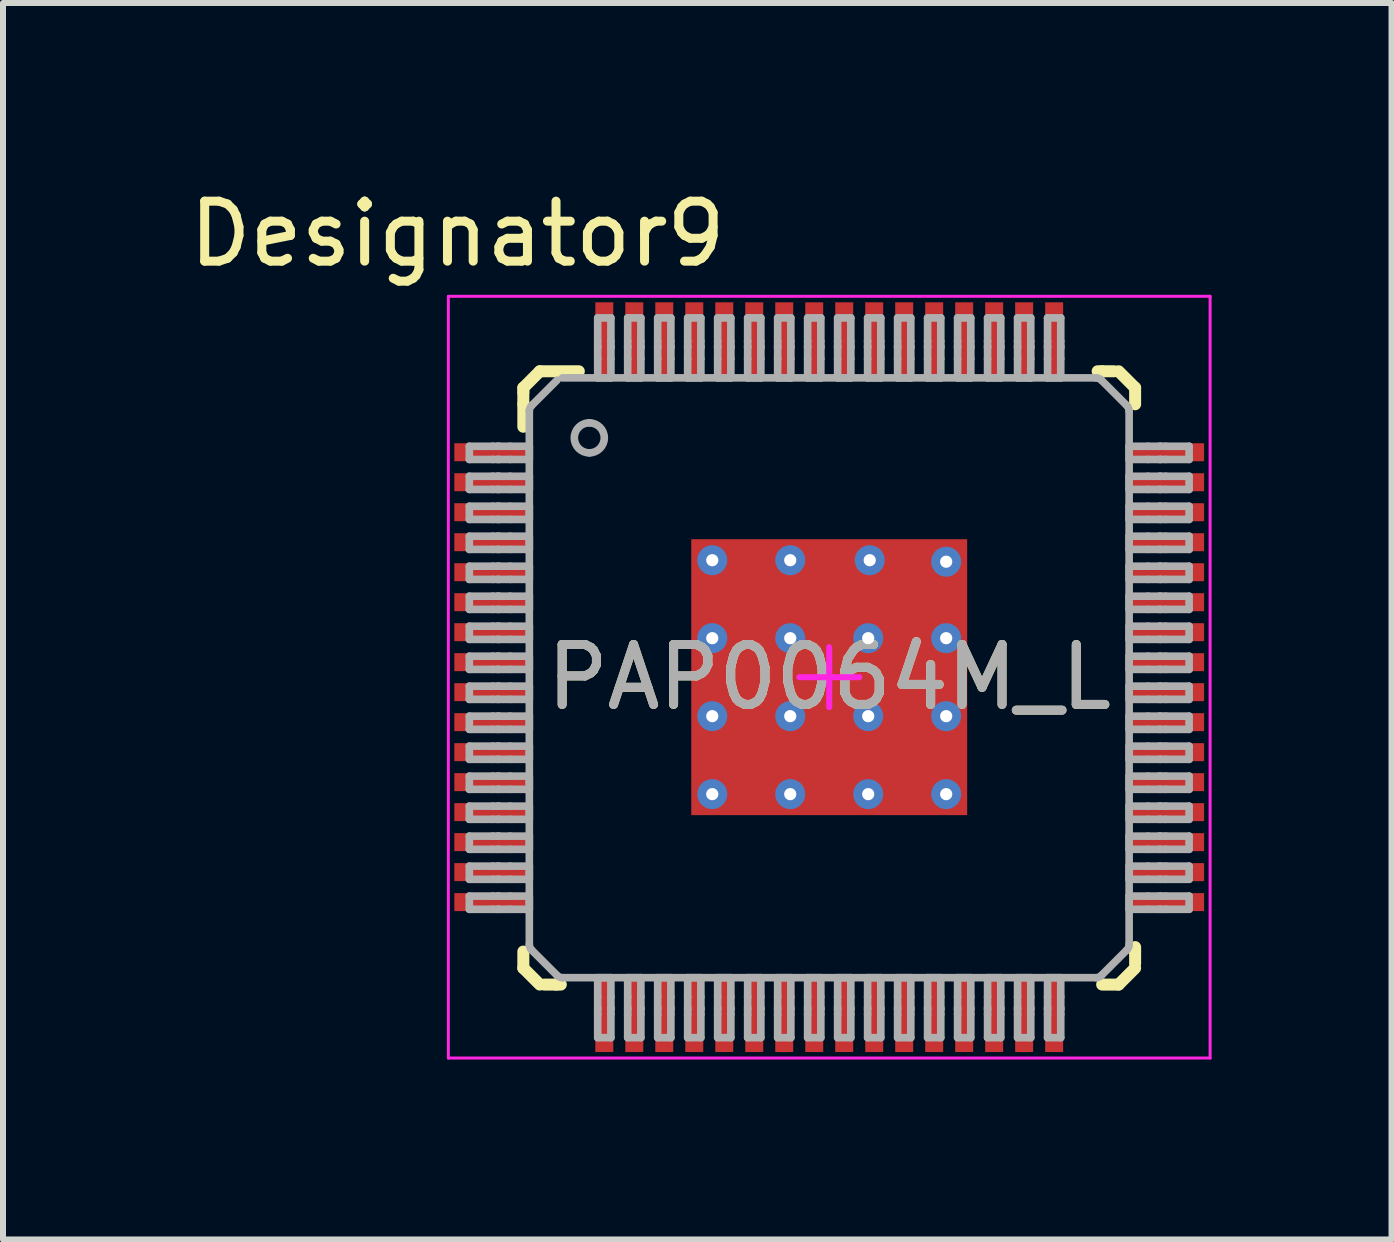
<source format=kicad_pcb>
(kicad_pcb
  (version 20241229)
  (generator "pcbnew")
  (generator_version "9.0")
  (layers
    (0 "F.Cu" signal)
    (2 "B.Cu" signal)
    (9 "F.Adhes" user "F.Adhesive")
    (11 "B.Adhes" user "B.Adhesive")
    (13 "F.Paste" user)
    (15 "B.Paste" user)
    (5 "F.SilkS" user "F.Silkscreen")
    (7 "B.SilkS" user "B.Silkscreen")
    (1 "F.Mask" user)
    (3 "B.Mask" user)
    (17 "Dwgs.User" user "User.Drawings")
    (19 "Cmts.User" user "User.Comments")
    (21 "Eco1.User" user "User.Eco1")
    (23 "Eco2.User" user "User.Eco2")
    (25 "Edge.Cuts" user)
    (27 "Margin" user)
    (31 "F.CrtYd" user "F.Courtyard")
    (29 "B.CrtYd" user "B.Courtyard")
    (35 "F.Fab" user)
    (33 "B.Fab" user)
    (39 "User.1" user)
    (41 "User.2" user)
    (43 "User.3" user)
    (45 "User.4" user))
  (footprint "PAP0064M_L"
    (layer "F.Cu")
    (at 10.775 8.24)
    (property "Reference" "PAP0064M_L" (at 0 0 0) (unlocked yes) (layer "F.SilkS") (effects (font (size 1 1) (thickness 0.15))))
    (attr smd)
    (fp_line (start -5.1 -4.825) (end -4.825 -5.1) (stroke (width 0.2) (type solid)) (layer "F.SilkS"))
    (fp_line (start -5.1 -4.75) (end -5.1 -4.825) (stroke (width 0.2) (type solid)) (layer "F.SilkS"))
    (fp_line (start -5.1 -4.55) (end -5.1 -4.75) (stroke (width 0.2) (type solid)) (layer "F.SilkS"))
    (fp_line (start -5.1 -4.175) (end -5.1 -4.55) (stroke (width 0.2) (type solid)) (layer "F.SilkS"))
    (fp_line (start -5.1 4.85) (end -5.1 4.575) (stroke (width 0.2) (type solid)) (layer "F.SilkS"))
    (fp_line (start -5.1 4.85) (end -4.825 5.125) (stroke (width 0.2) (type solid)) (layer "F.SilkS"))
    (fp_line (start -4.825 -5.1) (end -4.175 -5.1) (stroke (width 0.2) (type solid)) (layer "F.SilkS"))
    (fp_line (start -4.75 5.125) (end -4.55 5.125) (stroke (width 0.2) (type solid)) (layer "F.SilkS"))
    (fp_line (start -4.55 5.125) (end -4.475 5.125) (stroke (width 0.2) (type solid)) (layer "F.SilkS"))
    (fp_line (start 4.475 -5.1) (end 4.55 -5.1) (stroke (width 0.2) (type solid)) (layer "F.SilkS"))
    (fp_line (start 4.55 -5.1) (end 4.75 -5.1) (stroke (width 0.2) (type solid)) (layer "F.SilkS"))
    (fp_line (start 4.55 5.125) (end 4.825 5.125) (stroke (width 0.2) (type solid)) (layer "F.SilkS"))
    (fp_line (start 4.825 -5.1) (end 5.1 -4.825) (stroke (width 0.2) (type solid)) (layer "F.SilkS"))
    (fp_line (start 4.825 5.125) (end 5.1 4.85) (stroke (width 0.2) (type solid)) (layer "F.SilkS"))
    (fp_line (start 5.1 -4.55) (end 5.1 -4.825) (stroke (width 0.2) (type solid)) (layer "F.SilkS"))
    (fp_line (start 5.1 4.575) (end 5.1 4.5) (stroke (width 0.2) (type solid)) (layer "F.SilkS"))
    (fp_line (start 5.1 4.775) (end 5.1 4.575) (stroke (width 0.2) (type solid)) (layer "F.SilkS"))
    (fp_line (start -6.35 -6.35) (end 6.35 -6.35) (stroke (width 0.05) (type solid)) (layer "F.CrtYd"))
    (fp_line (start -6.35 6.35) (end -6.35 -6.35) (stroke (width 0.05) (type solid)) (layer "F.CrtYd"))
    (fp_line (start -6.35 6.35) (end 6.35 6.35) (stroke (width 0.05) (type solid)) (layer "F.CrtYd"))
    (fp_line (start -0.5 0) (end 0.5 0) (stroke (width 0.1) (type solid)) (layer "F.CrtYd"))
    (fp_line (start 0 0.5) (end 0 -0.5) (stroke (width 0.1) (type solid)) (layer "F.CrtYd"))
    (fp_line (start 6.35 6.35) (end 6.35 -6.35) (stroke (width 0.05) (type solid)) (layer "F.CrtYd"))
    (fp_line (start -6 -3.85) (end -5.61 -3.85) (stroke (width 0.127) (type solid)) (layer "F.Fab"))
    (fp_line (start -6 -3.63) (end -6 -3.85) (stroke (width 0.127) (type solid)) (layer "F.Fab"))
    (fp_line (start -6 -3.63) (end -5.61 -3.63) (stroke (width 0.127) (type solid)) (layer "F.Fab"))
    (fp_line (start -6 -3.35) (end -5.61 -3.35) (stroke (width 0.127) (type solid)) (layer "F.Fab"))
    (fp_line (start -6 -3.13) (end -6 -3.35) (stroke (width 0.127) (type solid)) (layer "F.Fab"))
    (fp_line (start -6 -3.13) (end -5.61 -3.13) (stroke (width 0.127) (type solid)) (layer "F.Fab"))
    (fp_line (start -6 -2.85) (end -5.61 -2.85) (stroke (width 0.127) (type solid)) (layer "F.Fab"))
    (fp_line (start -6 -2.63) (end -6 -2.85) (stroke (width 0.127) (type solid)) (layer "F.Fab"))
    (fp_line (start -6 -2.63) (end -5.61 -2.63) (stroke (width 0.127) (type solid)) (layer "F.Fab"))
    (fp_line (start -6 -2.35) (end -5.61 -2.35) (stroke (width 0.127) (type solid)) (layer "F.Fab"))
    (fp_line (start -6 -2.13) (end -6 -2.35) (stroke (width 0.127) (type solid)) (layer "F.Fab"))
    (fp_line (start -6 -2.13) (end -5.61 -2.13) (stroke (width 0.127) (type solid)) (layer "F.Fab"))
    (fp_line (start -6 -1.85) (end -5.61 -1.85) (stroke (width 0.127) (type solid)) (layer "F.Fab"))
    (fp_line (start -6 -1.63) (end -6 -1.85) (stroke (width 0.127) (type solid)) (layer "F.Fab"))
    (fp_line (start -6 -1.63) (end -5.61 -1.63) (stroke (width 0.127) (type solid)) (layer "F.Fab"))
    (fp_line (start -6 -1.35) (end -5.61 -1.35) (stroke (width 0.127) (type solid)) (layer "F.Fab"))
    (fp_line (start -6 -1.13) (end -6 -1.35) (stroke (width 0.127) (type solid)) (layer "F.Fab"))
    (fp_line (start -6 -1.13) (end -5.61 -1.13) (stroke (width 0.127) (type solid)) (layer "F.Fab"))
    (fp_line (start -6 -0.85) (end -5.61 -0.85) (stroke (width 0.127) (type solid)) (layer "F.Fab"))
    (fp_line (start -6 -0.63) (end -6 -0.85) (stroke (width 0.127) (type solid)) (layer "F.Fab"))
    (fp_line (start -6 -0.63) (end -5.61 -0.63) (stroke (width 0.127) (type solid)) (layer "F.Fab"))
    (fp_line (start -6 -0.35) (end -5.61 -0.35) (stroke (width 0.127) (type solid)) (layer "F.Fab"))
    (fp_line (start -6 -0.13) (end -6 -0.35) (stroke (width 0.127) (type solid)) (layer "F.Fab"))
    (fp_line (start -6 -0.13) (end -5.61 -0.13) (stroke (width 0.127) (type solid)) (layer "F.Fab"))
    (fp_line (start -6 0.15) (end -5.61 0.15) (stroke (width 0.127) (type solid)) (layer "F.Fab"))
    (fp_line (start -6 0.37) (end -6 0.15) (stroke (width 0.127) (type solid)) (layer "F.Fab"))
    (fp_line (start -6 0.37) (end -5.61 0.37) (stroke (width 0.127) (type solid)) (layer "F.Fab"))
    (fp_line (start -6 0.65) (end -5.61 0.65) (stroke (width 0.127) (type solid)) (layer "F.Fab"))
    (fp_line (start -6 0.87) (end -6 0.65) (stroke (width 0.127) (type solid)) (layer "F.Fab"))
    (fp_line (start -6 0.87) (end -5.61 0.87) (stroke (width 0.127) (type solid)) (layer "F.Fab"))
    (fp_line (start -6 1.15) (end -5.61 1.15) (stroke (width 0.127) (type solid)) (layer "F.Fab"))
    (fp_line (start -6 1.37) (end -6 1.15) (stroke (width 0.127) (type solid)) (layer "F.Fab"))
    (fp_line (start -6 1.37) (end -5.61 1.37) (stroke (width 0.127) (type solid)) (layer "F.Fab"))
    (fp_line (start -6 1.65) (end -5.61 1.65) (stroke (width 0.127) (type solid)) (layer "F.Fab"))
    (fp_line (start -6 1.87) (end -6 1.65) (stroke (width 0.127) (type solid)) (layer "F.Fab"))
    (fp_line (start -6 1.87) (end -5.61 1.87) (stroke (width 0.127) (type solid)) (layer "F.Fab"))
    (fp_line (start -6 2.15) (end -5.61 2.15) (stroke (width 0.127) (type solid)) (layer "F.Fab"))
    (fp_line (start -6 2.37) (end -6 2.15) (stroke (width 0.127) (type solid)) (layer "F.Fab"))
    (fp_line (start -6 2.37) (end -5.61 2.37) (stroke (width 0.127) (type solid)) (layer "F.Fab"))
    (fp_line (start -6 2.65) (end -5.61 2.65) (stroke (width 0.127) (type solid)) (layer "F.Fab"))
    (fp_line (start -6 2.87) (end -6 2.65) (stroke (width 0.127) (type solid)) (layer "F.Fab"))
    (fp_line (start -6 2.87) (end -5.61 2.87) (stroke (width 0.127) (type solid)) (layer "F.Fab"))
    (fp_line (start -6 3.15) (end -5.61 3.15) (stroke (width 0.127) (type solid)) (layer "F.Fab"))
    (fp_line (start -6 3.37) (end -6 3.15) (stroke (width 0.127) (type solid)) (layer "F.Fab"))
    (fp_line (start -6 3.37) (end -5.61 3.37) (stroke (width 0.127) (type solid)) (layer "F.Fab"))
    (fp_line (start -6 3.65) (end -5.61 3.65) (stroke (width 0.127) (type solid)) (layer "F.Fab"))
    (fp_line (start -6 3.87) (end -6 3.65) (stroke (width 0.127) (type solid)) (layer "F.Fab"))
    (fp_line (start -6 3.87) (end -5.61 3.87) (stroke (width 0.127) (type solid)) (layer "F.Fab"))
    (fp_line (start -5.61 -3.85) (end -5.53 -3.85) (stroke (width 0.127) (type solid)) (layer "F.Fab"))
    (fp_line (start -5.61 -3.63) (end -5.53 -3.63) (stroke (width 0.127) (type solid)) (layer "F.Fab"))
    (fp_line (start -5.61 -3.35) (end -5.53 -3.35) (stroke (width 0.127) (type solid)) (layer "F.Fab"))
    (fp_line (start -5.61 -3.13) (end -5.53 -3.13) (stroke (width 0.127) (type solid)) (layer "F.Fab"))
    (fp_line (start -5.61 -2.85) (end -5.53 -2.85) (stroke (width 0.127) (type solid)) (layer "F.Fab"))
    (fp_line (start -5.61 -2.63) (end -5.53 -2.63) (stroke (width 0.127) (type solid)) (layer "F.Fab"))
    (fp_line (start -5.61 -2.35) (end -5.53 -2.35) (stroke (width 0.127) (type solid)) (layer "F.Fab"))
    (fp_line (start -5.61 -2.13) (end -5.53 -2.13) (stroke (width 0.127) (type solid)) (layer "F.Fab"))
    (fp_line (start -5.61 -1.85) (end -5.53 -1.85) (stroke (width 0.127) (type solid)) (layer "F.Fab"))
    (fp_line (start -5.61 -1.63) (end -5.53 -1.63) (stroke (width 0.127) (type solid)) (layer "F.Fab"))
    (fp_line (start -5.61 -1.35) (end -5.53 -1.35) (stroke (width 0.127) (type solid)) (layer "F.Fab"))
    (fp_line (start -5.61 -1.13) (end -5.53 -1.13) (stroke (width 0.127) (type solid)) (layer "F.Fab"))
    (fp_line (start -5.61 -0.85) (end -5.53 -0.85) (stroke (width 0.127) (type solid)) (layer "F.Fab"))
    (fp_line (start -5.61 -0.63) (end -5.53 -0.63) (stroke (width 0.127) (type solid)) (layer "F.Fab"))
    (fp_line (start -5.61 -0.35) (end -5.53 -0.35) (stroke (width 0.127) (type solid)) (layer "F.Fab"))
    (fp_line (start -5.61 -0.13) (end -5.53 -0.13) (stroke (width 0.127) (type solid)) (layer "F.Fab"))
    (fp_line (start -5.61 0.15) (end -5.53 0.15) (stroke (width 0.127) (type solid)) (layer "F.Fab"))
    (fp_line (start -5.61 0.37) (end -5.53 0.37) (stroke (width 0.127) (type solid)) (layer "F.Fab"))
    (fp_line (start -5.61 0.65) (end -5.53 0.65) (stroke (width 0.127) (type solid)) (layer "F.Fab"))
    (fp_line (start -5.61 0.87) (end -5.53 0.87) (stroke (width 0.127) (type solid)) (layer "F.Fab"))
    (fp_line (start -5.61 1.15) (end -5.53 1.15) (stroke (width 0.127) (type solid)) (layer "F.Fab"))
    (fp_line (start -5.61 1.37) (end -5.53 1.37) (stroke (width 0.127) (type solid)) (layer "F.Fab"))
    (fp_line (start -5.61 1.65) (end -5.53 1.65) (stroke (width 0.127) (type solid)) (layer "F.Fab"))
    (fp_line (start -5.61 1.87) (end -5.53 1.87) (stroke (width 0.127) (type solid)) (layer "F.Fab"))
    (fp_line (start -5.61 2.15) (end -5.53 2.15) (stroke (width 0.127) (type solid)) (layer "F.Fab"))
    (fp_line (start -5.61 2.37) (end -5.53 2.37) (stroke (width 0.127) (type solid)) (layer "F.Fab"))
    (fp_line (start -5.61 2.65) (end -5.53 2.65) (stroke (width 0.127) (type solid)) (layer "F.Fab"))
    (fp_line (start -5.61 2.87) (end -5.53 2.87) (stroke (width 0.127) (type solid)) (layer "F.Fab"))
    (fp_line (start -5.61 3.15) (end -5.53 3.15) (stroke (width 0.127) (type solid)) (layer "F.Fab"))
    (fp_line (start -5.61 3.37) (end -5.53 3.37) (stroke (width 0.127) (type solid)) (layer "F.Fab"))
    (fp_line (start -5.61 3.65) (end -5.53 3.65) (stroke (width 0.127) (type solid)) (layer "F.Fab"))
    (fp_line (start -5.61 3.87) (end -5.53 3.87) (stroke (width 0.127) (type solid)) (layer "F.Fab"))
    (fp_line (start -5.53 -3.85) (end -5.503 -3.85) (stroke (width 0.127) (type solid)) (layer "F.Fab"))
    (fp_line (start -5.53 -3.63) (end -5.503 -3.63) (stroke (width 0.127) (type solid)) (layer "F.Fab"))
    (fp_line (start -5.53 -3.35) (end -5.503 -3.35) (stroke (width 0.127) (type solid)) (layer "F.Fab"))
    (fp_line (start -5.53 -3.13) (end -5.503 -3.13) (stroke (width 0.127) (type solid)) (layer "F.Fab"))
    (fp_line (start -5.53 -2.85) (end -5.503 -2.85) (stroke (width 0.127) (type solid)) (layer "F.Fab"))
    (fp_line (start -5.53 -2.63) (end -5.503 -2.63) (stroke (width 0.127) (type solid)) (layer "F.Fab"))
    (fp_line (start -5.53 -2.35) (end -5.503 -2.35) (stroke (width 0.127) (type solid)) (layer "F.Fab"))
    (fp_line (start -5.53 -2.13) (end -5.503 -2.13) (stroke (width 0.127) (type solid)) (layer "F.Fab"))
    (fp_line (start -5.53 -1.85) (end -5.503 -1.85) (stroke (width 0.127) (type solid)) (layer "F.Fab"))
    (fp_line (start -5.53 -1.63) (end -5.503 -1.63) (stroke (width 0.127) (type solid)) (layer "F.Fab"))
    (fp_line (start -5.53 -1.35) (end -5.503 -1.35) (stroke (width 0.127) (type solid)) (layer "F.Fab"))
    (fp_line (start -5.53 -1.13) (end -5.503 -1.13) (stroke (width 0.127) (type solid)) (layer "F.Fab"))
    (fp_line (start -5.53 -0.85) (end -5.503 -0.85) (stroke (width 0.127) (type solid)) (layer "F.Fab"))
    (fp_line (start -5.53 -0.63) (end -5.503 -0.63) (stroke (width 0.127) (type solid)) (layer "F.Fab"))
    (fp_line (start -5.53 -0.35) (end -5.503 -0.35) (stroke (width 0.127) (type solid)) (layer "F.Fab"))
    (fp_line (start -5.53 -0.13) (end -5.503 -0.13) (stroke (width 0.127) (type solid)) (layer "F.Fab"))
    (fp_line (start -5.53 0.15) (end -5.503 0.15) (stroke (width 0.127) (type solid)) (layer "F.Fab"))
    (fp_line (start -5.53 0.37) (end -5.503 0.37) (stroke (width 0.127) (type solid)) (layer "F.Fab"))
    (fp_line (start -5.53 0.65) (end -5.503 0.65) (stroke (width 0.127) (type solid)) (layer "F.Fab"))
    (fp_line (start -5.53 0.87) (end -5.503 0.87) (stroke (width 0.127) (type solid)) (layer "F.Fab"))
    (fp_line (start -5.53 1.15) (end -5.503 1.15) (stroke (width 0.127) (type solid)) (layer "F.Fab"))
    (fp_line (start -5.53 1.37) (end -5.503 1.37) (stroke (width 0.127) (type solid)) (layer "F.Fab"))
    (fp_line (start -5.53 1.65) (end -5.503 1.65) (stroke (width 0.127) (type solid)) (layer "F.Fab"))
    (fp_line (start -5.53 1.87) (end -5.503 1.87) (stroke (width 0.127) (type solid)) (layer "F.Fab"))
    (fp_line (start -5.53 2.15) (end -5.503 2.15) (stroke (width 0.127) (type solid)) (layer "F.Fab"))
    (fp_line (start -5.53 2.37) (end -5.503 2.37) (stroke (width 0.127) (type solid)) (layer "F.Fab"))
    (fp_line (start -5.53 2.65) (end -5.503 2.65) (stroke (width 0.127) (type solid)) (layer "F.Fab"))
    (fp_line (start -5.53 2.87) (end -5.503 2.87) (stroke (width 0.127) (type solid)) (layer "F.Fab"))
    (fp_line (start -5.53 3.15) (end -5.503 3.15) (stroke (width 0.127) (type solid)) (layer "F.Fab"))
    (fp_line (start -5.53 3.37) (end -5.503 3.37) (stroke (width 0.127) (type solid)) (layer "F.Fab"))
    (fp_line (start -5.53 3.65) (end -5.503 3.65) (stroke (width 0.127) (type solid)) (layer "F.Fab"))
    (fp_line (start -5.53 3.87) (end -5.503 3.87) (stroke (width 0.127) (type solid)) (layer "F.Fab"))
    (fp_line (start -5.503 -3.85) (end -5.319 -3.85) (stroke (width 0.127) (type solid)) (layer "F.Fab"))
    (fp_line (start -5.503 -3.63) (end -5.319 -3.63) (stroke (width 0.127) (type solid)) (layer "F.Fab"))
    (fp_line (start -5.503 -3.35) (end -5.319 -3.35) (stroke (width 0.127) (type solid)) (layer "F.Fab"))
    (fp_line (start -5.503 -3.13) (end -5.319 -3.13) (stroke (width 0.127) (type solid)) (layer "F.Fab"))
    (fp_line (start -5.503 -2.85) (end -5.319 -2.85) (stroke (width 0.127) (type solid)) (layer "F.Fab"))
    (fp_line (start -5.503 -2.63) (end -5.319 -2.63) (stroke (width 0.127) (type solid)) (layer "F.Fab"))
    (fp_line (start -5.503 -2.35) (end -5.319 -2.35) (stroke (width 0.127) (type solid)) (layer "F.Fab"))
    (fp_line (start -5.503 -2.13) (end -5.319 -2.13) (stroke (width 0.127) (type solid)) (layer "F.Fab"))
    (fp_line (start -5.503 -1.85) (end -5.319 -1.85) (stroke (width 0.127) (type solid)) (layer "F.Fab"))
    (fp_line (start -5.503 -1.63) (end -5.319 -1.63) (stroke (width 0.127) (type solid)) (layer "F.Fab"))
    (fp_line (start -5.503 -1.35) (end -5.319 -1.35) (stroke (width 0.127) (type solid)) (layer "F.Fab"))
    (fp_line (start -5.503 -1.13) (end -5.319 -1.13) (stroke (width 0.127) (type solid)) (layer "F.Fab"))
    (fp_line (start -5.503 -0.85) (end -5.319 -0.85) (stroke (width 0.127) (type solid)) (layer "F.Fab"))
    (fp_line (start -5.503 -0.63) (end -5.319 -0.63) (stroke (width 0.127) (type solid)) (layer "F.Fab"))
    (fp_line (start -5.503 -0.35) (end -5.319 -0.35) (stroke (width 0.127) (type solid)) (layer "F.Fab"))
    (fp_line (start -5.503 -0.13) (end -5.319 -0.13) (stroke (width 0.127) (type solid)) (layer "F.Fab"))
    (fp_line (start -5.503 0.15) (end -5.319 0.15) (stroke (width 0.127) (type solid)) (layer "F.Fab"))
    (fp_line (start -5.503 0.37) (end -5.319 0.37) (stroke (width 0.127) (type solid)) (layer "F.Fab"))
    (fp_line (start -5.503 0.65) (end -5.319 0.65) (stroke (width 0.127) (type solid)) (layer "F.Fab"))
    (fp_line (start -5.503 0.87) (end -5.319 0.87) (stroke (width 0.127) (type solid)) (layer "F.Fab"))
    (fp_line (start -5.503 1.15) (end -5.319 1.15) (stroke (width 0.127) (type solid)) (layer "F.Fab"))
    (fp_line (start -5.503 1.37) (end -5.319 1.37) (stroke (width 0.127) (type solid)) (layer "F.Fab"))
    (fp_line (start -5.503 1.65) (end -5.319 1.65) (stroke (width 0.127) (type solid)) (layer "F.Fab"))
    (fp_line (start -5.503 1.87) (end -5.319 1.87) (stroke (width 0.127) (type solid)) (layer "F.Fab"))
    (fp_line (start -5.503 2.15) (end -5.319 2.15) (stroke (width 0.127) (type solid)) (layer "F.Fab"))
    (fp_line (start -5.503 2.37) (end -5.319 2.37) (stroke (width 0.127) (type solid)) (layer "F.Fab"))
    (fp_line (start -5.503 2.65) (end -5.319 2.65) (stroke (width 0.127) (type solid)) (layer "F.Fab"))
    (fp_line (start -5.503 2.87) (end -5.319 2.87) (stroke (width 0.127) (type solid)) (layer "F.Fab"))
    (fp_line (start -5.503 3.15) (end -5.319 3.15) (stroke (width 0.127) (type solid)) (layer "F.Fab"))
    (fp_line (start -5.503 3.37) (end -5.319 3.37) (stroke (width 0.127) (type solid)) (layer "F.Fab"))
    (fp_line (start -5.503 3.65) (end -5.319 3.65) (stroke (width 0.127) (type solid)) (layer "F.Fab"))
    (fp_line (start -5.503 3.87) (end -5.319 3.87) (stroke (width 0.127) (type solid)) (layer "F.Fab"))
    (fp_line (start -5.319 -3.85) (end -5 -3.85) (stroke (width 0.127) (type solid)) (layer "F.Fab"))
    (fp_line (start -5.319 -3.63) (end -5 -3.63) (stroke (width 0.127) (type solid)) (layer "F.Fab"))
    (fp_line (start -5.319 -3.35) (end -5 -3.35) (stroke (width 0.127) (type solid)) (layer "F.Fab"))
    (fp_line (start -5.319 -3.13) (end -5 -3.13) (stroke (width 0.127) (type solid)) (layer "F.Fab"))
    (fp_line (start -5.319 -2.85) (end -5 -2.85) (stroke (width 0.127) (type solid)) (layer "F.Fab"))
    (fp_line (start -5.319 -2.63) (end -5 -2.63) (stroke (width 0.127) (type solid)) (layer "F.Fab"))
    (fp_line (start -5.319 -2.35) (end -5 -2.35) (stroke (width 0.127) (type solid)) (layer "F.Fab"))
    (fp_line (start -5.319 -2.13) (end -5 -2.13) (stroke (width 0.127) (type solid)) (layer "F.Fab"))
    (fp_line (start -5.319 -1.85) (end -5 -1.85) (stroke (width 0.127) (type solid)) (layer "F.Fab"))
    (fp_line (start -5.319 -1.63) (end -5 -1.63) (stroke (width 0.127) (type solid)) (layer "F.Fab"))
    (fp_line (start -5.319 -1.35) (end -5 -1.35) (stroke (width 0.127) (type solid)) (layer "F.Fab"))
    (fp_line (start -5.319 -1.13) (end -5 -1.13) (stroke (width 0.127) (type solid)) (layer "F.Fab"))
    (fp_line (start -5.319 -0.85) (end -5 -0.85) (stroke (width 0.127) (type solid)) (layer "F.Fab"))
    (fp_line (start -5.319 -0.63) (end -5 -0.63) (stroke (width 0.127) (type solid)) (layer "F.Fab"))
    (fp_line (start -5.319 -0.35) (end -5 -0.35) (stroke (width 0.127) (type solid)) (layer "F.Fab"))
    (fp_line (start -5.319 -0.13) (end -5 -0.13) (stroke (width 0.127) (type solid)) (layer "F.Fab"))
    (fp_line (start -5.319 0.15) (end -5 0.15) (stroke (width 0.127) (type solid)) (layer "F.Fab"))
    (fp_line (start -5.319 0.37) (end -5 0.37) (stroke (width 0.127) (type solid)) (layer "F.Fab"))
    (fp_line (start -5.319 0.65) (end -5 0.65) (stroke (width 0.127) (type solid)) (layer "F.Fab"))
    (fp_line (start -5.319 0.87) (end -5 0.87) (stroke (width 0.127) (type solid)) (layer "F.Fab"))
    (fp_line (start -5.319 1.15) (end -5 1.15) (stroke (width 0.127) (type solid)) (layer "F.Fab"))
    (fp_line (start -5.319 1.37) (end -5 1.37) (stroke (width 0.127) (type solid)) (layer "F.Fab"))
    (fp_line (start -5.319 1.65) (end -5 1.65) (stroke (width 0.127) (type solid)) (layer "F.Fab"))
    (fp_line (start -5.319 1.87) (end -5 1.87) (stroke (width 0.127) (type solid)) (layer "F.Fab"))
    (fp_line (start -5.319 2.15) (end -5 2.15) (stroke (width 0.127) (type solid)) (layer "F.Fab"))
    (fp_line (start -5.319 2.37) (end -5 2.37) (stroke (width 0.127) (type solid)) (layer "F.Fab"))
    (fp_line (start -5.319 2.65) (end -5 2.65) (stroke (width 0.127) (type solid)) (layer "F.Fab"))
    (fp_line (start -5.319 2.87) (end -5 2.87) (stroke (width 0.127) (type solid)) (layer "F.Fab"))
    (fp_line (start -5.319 3.15) (end -5 3.15) (stroke (width 0.127) (type solid)) (layer "F.Fab"))
    (fp_line (start -5.319 3.37) (end -5 3.37) (stroke (width 0.127) (type solid)) (layer "F.Fab"))
    (fp_line (start -5.319 3.65) (end -5 3.65) (stroke (width 0.127) (type solid)) (layer "F.Fab"))
    (fp_line (start -5.319 3.87) (end -5 3.87) (stroke (width 0.127) (type solid)) (layer "F.Fab"))
    (fp_line (start -5 -3.63) (end -5 -3.85) (stroke (width 0.127) (type solid)) (layer "F.Fab"))
    (fp_line (start -5 -3.13) (end -5 -3.35) (stroke (width 0.127) (type solid)) (layer "F.Fab"))
    (fp_line (start -5 -2.63) (end -5 -2.85) (stroke (width 0.127) (type solid)) (layer "F.Fab"))
    (fp_line (start -5 -2.13) (end -5 -2.35) (stroke (width 0.127) (type solid)) (layer "F.Fab"))
    (fp_line (start -5 -1.63) (end -5 -1.85) (stroke (width 0.127) (type solid)) (layer "F.Fab"))
    (fp_line (start -5 -1.13) (end -5 -1.35) (stroke (width 0.127) (type solid)) (layer "F.Fab"))
    (fp_line (start -5 -0.63) (end -5 -0.85) (stroke (width 0.127) (type solid)) (layer "F.Fab"))
    (fp_line (start -5 -0.13) (end -5 -0.35) (stroke (width 0.127) (type solid)) (layer "F.Fab"))
    (fp_line (start -5 0.37) (end -5 0.15) (stroke (width 0.127) (type solid)) (layer "F.Fab"))
    (fp_line (start -5 0.87) (end -5 0.65) (stroke (width 0.127) (type solid)) (layer "F.Fab"))
    (fp_line (start -5 1.37) (end -5 1.15) (stroke (width 0.127) (type solid)) (layer "F.Fab"))
    (fp_line (start -5 1.87) (end -5 1.65) (stroke (width 0.127) (type solid)) (layer "F.Fab"))
    (fp_line (start -5 2.37) (end -5 2.15) (stroke (width 0.127) (type solid)) (layer "F.Fab"))
    (fp_line (start -5 2.87) (end -5 2.65) (stroke (width 0.127) (type solid)) (layer "F.Fab"))
    (fp_line (start -5 3.37) (end -5 3.15) (stroke (width 0.127) (type solid)) (layer "F.Fab"))
    (fp_line (start -5 3.87) (end -5 3.65) (stroke (width 0.127) (type solid)) (layer "F.Fab"))
    (fp_line (start -5 4.458) (end -5 -4.438) (stroke (width 0.127) (type solid)) (layer "F.Fab"))
    (fp_line (start -4.963 -4.527) (end -4.537 -4.953) (stroke (width 0.127) (type solid)) (layer "F.Fab"))
    (fp_line (start -4.963 4.547) (end -4.537 4.973) (stroke (width 0.127) (type solid)) (layer "F.Fab"))
    (fp_line (start -4.448 -4.99) (end 4.448 -4.99) (stroke (width 0.127) (type solid)) (layer "F.Fab"))
    (fp_line (start -4.448 5.01) (end 4.448 5.01) (stroke (width 0.127) (type solid)) (layer "F.Fab"))
    (fp_line (start -3.86 -5.99) (end -3.64 -5.99) (stroke (width 0.127) (type solid)) (layer "F.Fab"))
    (fp_line (start -3.86 -5.6) (end -3.86 -5.99) (stroke (width 0.127) (type solid)) (layer "F.Fab"))
    (fp_line (start -3.86 -5.52) (end -3.86 -5.6) (stroke (width 0.127) (type solid)) (layer "F.Fab"))
    (fp_line (start -3.86 -5.493) (end -3.86 -5.52) (stroke (width 0.127) (type solid)) (layer "F.Fab"))
    (fp_line (start -3.86 -5.309) (end -3.86 -5.493) (stroke (width 0.127) (type solid)) (layer "F.Fab"))
    (fp_line (start -3.86 -4.99) (end -3.86 -5.309) (stroke (width 0.127) (type solid)) (layer "F.Fab"))
    (fp_line (start -3.86 -4.99) (end -3.64 -4.99) (stroke (width 0.127) (type solid)) (layer "F.Fab"))
    (fp_line (start -3.86 5.01) (end -3.64 5.01) (stroke (width 0.127) (type solid)) (layer "F.Fab"))
    (fp_line (start -3.86 5.329) (end -3.86 5.01) (stroke (width 0.127) (type solid)) (layer "F.Fab"))
    (fp_line (start -3.86 5.513) (end -3.86 5.329) (stroke (width 0.127) (type solid)) (layer "F.Fab"))
    (fp_line (start -3.86 5.54) (end -3.86 5.513) (stroke (width 0.127) (type solid)) (layer "F.Fab"))
    (fp_line (start -3.86 5.62) (end -3.86 5.54) (stroke (width 0.127) (type solid)) (layer "F.Fab"))
    (fp_line (start -3.86 6.01) (end -3.86 5.62) (stroke (width 0.127) (type solid)) (layer "F.Fab"))
    (fp_line (start -3.86 6.01) (end -3.64 6.01) (stroke (width 0.127) (type solid)) (layer "F.Fab"))
    (fp_line (start -3.64 -5.6) (end -3.64 -5.99) (stroke (width 0.127) (type solid)) (layer "F.Fab"))
    (fp_line (start -3.64 -5.52) (end -3.64 -5.6) (stroke (width 0.127) (type solid)) (layer "F.Fab"))
    (fp_line (start -3.64 -5.493) (end -3.64 -5.52) (stroke (width 0.127) (type solid)) (layer "F.Fab"))
    (fp_line (start -3.64 -5.309) (end -3.64 -5.493) (stroke (width 0.127) (type solid)) (layer "F.Fab"))
    (fp_line (start -3.64 -4.99) (end -3.64 -5.309) (stroke (width 0.127) (type solid)) (layer "F.Fab"))
    (fp_line (start -3.64 5.329) (end -3.64 5.01) (stroke (width 0.127) (type solid)) (layer "F.Fab"))
    (fp_line (start -3.64 5.513) (end -3.64 5.329) (stroke (width 0.127) (type solid)) (layer "F.Fab"))
    (fp_line (start -3.64 5.54) (end -3.64 5.513) (stroke (width 0.127) (type solid)) (layer "F.Fab"))
    (fp_line (start -3.64 5.62) (end -3.64 5.54) (stroke (width 0.127) (type solid)) (layer "F.Fab"))
    (fp_line (start -3.64 6.01) (end -3.64 5.62) (stroke (width 0.127) (type solid)) (layer "F.Fab"))
    (fp_line (start -3.36 -5.99) (end -3.14 -5.99) (stroke (width 0.127) (type solid)) (layer "F.Fab"))
    (fp_line (start -3.36 -5.6) (end -3.36 -5.99) (stroke (width 0.127) (type solid)) (layer "F.Fab"))
    (fp_line (start -3.36 -5.52) (end -3.36 -5.6) (stroke (width 0.127) (type solid)) (layer "F.Fab"))
    (fp_line (start -3.36 -5.493) (end -3.36 -5.52) (stroke (width 0.127) (type solid)) (layer "F.Fab"))
    (fp_line (start -3.36 -5.309) (end -3.36 -5.493) (stroke (width 0.127) (type solid)) (layer "F.Fab"))
    (fp_line (start -3.36 -4.99) (end -3.36 -5.309) (stroke (width 0.127) (type solid)) (layer "F.Fab"))
    (fp_line (start -3.36 -4.99) (end -3.14 -4.99) (stroke (width 0.127) (type solid)) (layer "F.Fab"))
    (fp_line (start -3.36 5.01) (end -3.14 5.01) (stroke (width 0.127) (type solid)) (layer "F.Fab"))
    (fp_line (start -3.36 5.329) (end -3.36 5.01) (stroke (width 0.127) (type solid)) (layer "F.Fab"))
    (fp_line (start -3.36 5.513) (end -3.36 5.329) (stroke (width 0.127) (type solid)) (layer "F.Fab"))
    (fp_line (start -3.36 5.54) (end -3.36 5.513) (stroke (width 0.127) (type solid)) (layer "F.Fab"))
    (fp_line (start -3.36 5.62) (end -3.36 5.54) (stroke (width 0.127) (type solid)) (layer "F.Fab"))
    (fp_line (start -3.36 6.01) (end -3.36 5.62) (stroke (width 0.127) (type solid)) (layer "F.Fab"))
    (fp_line (start -3.36 6.01) (end -3.14 6.01) (stroke (width 0.127) (type solid)) (layer "F.Fab"))
    (fp_line (start -3.14 -5.6) (end -3.14 -5.99) (stroke (width 0.127) (type solid)) (layer "F.Fab"))
    (fp_line (start -3.14 -5.52) (end -3.14 -5.6) (stroke (width 0.127) (type solid)) (layer "F.Fab"))
    (fp_line (start -3.14 -5.493) (end -3.14 -5.52) (stroke (width 0.127) (type solid)) (layer "F.Fab"))
    (fp_line (start -3.14 -5.309) (end -3.14 -5.493) (stroke (width 0.127) (type solid)) (layer "F.Fab"))
    (fp_line (start -3.14 -4.99) (end -3.14 -5.309) (stroke (width 0.127) (type solid)) (layer "F.Fab"))
    (fp_line (start -3.14 5.329) (end -3.14 5.01) (stroke (width 0.127) (type solid)) (layer "F.Fab"))
    (fp_line (start -3.14 5.513) (end -3.14 5.329) (stroke (width 0.127) (type solid)) (layer "F.Fab"))
    (fp_line (start -3.14 5.54) (end -3.14 5.513) (stroke (width 0.127) (type solid)) (layer "F.Fab"))
    (fp_line (start -3.14 5.62) (end -3.14 5.54) (stroke (width 0.127) (type solid)) (layer "F.Fab"))
    (fp_line (start -3.14 6.01) (end -3.14 5.62) (stroke (width 0.127) (type solid)) (layer "F.Fab"))
    (fp_line (start -2.86 -5.99) (end -2.64 -5.99) (stroke (width 0.127) (type solid)) (layer "F.Fab"))
    (fp_line (start -2.86 -5.6) (end -2.86 -5.99) (stroke (width 0.127) (type solid)) (layer "F.Fab"))
    (fp_line (start -2.86 -5.52) (end -2.86 -5.6) (stroke (width 0.127) (type solid)) (layer "F.Fab"))
    (fp_line (start -2.86 -5.493) (end -2.86 -5.52) (stroke (width 0.127) (type solid)) (layer "F.Fab"))
    (fp_line (start -2.86 -5.309) (end -2.86 -5.493) (stroke (width 0.127) (type solid)) (layer "F.Fab"))
    (fp_line (start -2.86 -4.99) (end -2.86 -5.309) (stroke (width 0.127) (type solid)) (layer "F.Fab"))
    (fp_line (start -2.86 -4.99) (end -2.64 -4.99) (stroke (width 0.127) (type solid)) (layer "F.Fab"))
    (fp_line (start -2.86 5.01) (end -2.64 5.01) (stroke (width 0.127) (type solid)) (layer "F.Fab"))
    (fp_line (start -2.86 5.329) (end -2.86 5.01) (stroke (width 0.127) (type solid)) (layer "F.Fab"))
    (fp_line (start -2.86 5.513) (end -2.86 5.329) (stroke (width 0.127) (type solid)) (layer "F.Fab"))
    (fp_line (start -2.86 5.54) (end -2.86 5.513) (stroke (width 0.127) (type solid)) (layer "F.Fab"))
    (fp_line (start -2.86 5.62) (end -2.86 5.54) (stroke (width 0.127) (type solid)) (layer "F.Fab"))
    (fp_line (start -2.86 6.01) (end -2.86 5.62) (stroke (width 0.127) (type solid)) (layer "F.Fab"))
    (fp_line (start -2.86 6.01) (end -2.64 6.01) (stroke (width 0.127) (type solid)) (layer "F.Fab"))
    (fp_line (start -2.64 -5.6) (end -2.64 -5.99) (stroke (width 0.127) (type solid)) (layer "F.Fab"))
    (fp_line (start -2.64 -5.52) (end -2.64 -5.6) (stroke (width 0.127) (type solid)) (layer "F.Fab"))
    (fp_line (start -2.64 -5.493) (end -2.64 -5.52) (stroke (width 0.127) (type solid)) (layer "F.Fab"))
    (fp_line (start -2.64 -5.309) (end -2.64 -5.493) (stroke (width 0.127) (type solid)) (layer "F.Fab"))
    (fp_line (start -2.64 -4.99) (end -2.64 -5.309) (stroke (width 0.127) (type solid)) (layer "F.Fab"))
    (fp_line (start -2.64 5.329) (end -2.64 5.01) (stroke (width 0.127) (type solid)) (layer "F.Fab"))
    (fp_line (start -2.64 5.513) (end -2.64 5.329) (stroke (width 0.127) (type solid)) (layer "F.Fab"))
    (fp_line (start -2.64 5.54) (end -2.64 5.513) (stroke (width 0.127) (type solid)) (layer "F.Fab"))
    (fp_line (start -2.64 5.62) (end -2.64 5.54) (stroke (width 0.127) (type solid)) (layer "F.Fab"))
    (fp_line (start -2.64 6.01) (end -2.64 5.62) (stroke (width 0.127) (type solid)) (layer "F.Fab"))
    (fp_line (start -2.36 -5.99) (end -2.14 -5.99) (stroke (width 0.127) (type solid)) (layer "F.Fab"))
    (fp_line (start -2.36 -5.6) (end -2.36 -5.99) (stroke (width 0.127) (type solid)) (layer "F.Fab"))
    (fp_line (start -2.36 -5.52) (end -2.36 -5.6) (stroke (width 0.127) (type solid)) (layer "F.Fab"))
    (fp_line (start -2.36 -5.493) (end -2.36 -5.52) (stroke (width 0.127) (type solid)) (layer "F.Fab"))
    (fp_line (start -2.36 -5.309) (end -2.36 -5.493) (stroke (width 0.127) (type solid)) (layer "F.Fab"))
    (fp_line (start -2.36 -4.99) (end -2.36 -5.309) (stroke (width 0.127) (type solid)) (layer "F.Fab"))
    (fp_line (start -2.36 -4.99) (end -2.14 -4.99) (stroke (width 0.127) (type solid)) (layer "F.Fab"))
    (fp_line (start -2.36 5.01) (end -2.14 5.01) (stroke (width 0.127) (type solid)) (layer "F.Fab"))
    (fp_line (start -2.36 5.329) (end -2.36 5.01) (stroke (width 0.127) (type solid)) (layer "F.Fab"))
    (fp_line (start -2.36 5.513) (end -2.36 5.329) (stroke (width 0.127) (type solid)) (layer "F.Fab"))
    (fp_line (start -2.36 5.54) (end -2.36 5.513) (stroke (width 0.127) (type solid)) (layer "F.Fab"))
    (fp_line (start -2.36 5.62) (end -2.36 5.54) (stroke (width 0.127) (type solid)) (layer "F.Fab"))
    (fp_line (start -2.36 6.01) (end -2.36 5.62) (stroke (width 0.127) (type solid)) (layer "F.Fab"))
    (fp_line (start -2.36 6.01) (end -2.14 6.01) (stroke (width 0.127) (type solid)) (layer "F.Fab"))
    (fp_line (start -2.14 -5.6) (end -2.14 -5.99) (stroke (width 0.127) (type solid)) (layer "F.Fab"))
    (fp_line (start -2.14 -5.52) (end -2.14 -5.6) (stroke (width 0.127) (type solid)) (layer "F.Fab"))
    (fp_line (start -2.14 -5.493) (end -2.14 -5.52) (stroke (width 0.127) (type solid)) (layer "F.Fab"))
    (fp_line (start -2.14 -5.309) (end -2.14 -5.493) (stroke (width 0.127) (type solid)) (layer "F.Fab"))
    (fp_line (start -2.14 -4.99) (end -2.14 -5.309) (stroke (width 0.127) (type solid)) (layer "F.Fab"))
    (fp_line (start -2.14 5.329) (end -2.14 5.01) (stroke (width 0.127) (type solid)) (layer "F.Fab"))
    (fp_line (start -2.14 5.513) (end -2.14 5.329) (stroke (width 0.127) (type solid)) (layer "F.Fab"))
    (fp_line (start -2.14 5.54) (end -2.14 5.513) (stroke (width 0.127) (type solid)) (layer "F.Fab"))
    (fp_line (start -2.14 5.62) (end -2.14 5.54) (stroke (width 0.127) (type solid)) (layer "F.Fab"))
    (fp_line (start -2.14 6.01) (end -2.14 5.62) (stroke (width 0.127) (type solid)) (layer "F.Fab"))
    (fp_line (start -1.86 -5.99) (end -1.64 -5.99) (stroke (width 0.127) (type solid)) (layer "F.Fab"))
    (fp_line (start -1.86 -5.6) (end -1.86 -5.99) (stroke (width 0.127) (type solid)) (layer "F.Fab"))
    (fp_line (start -1.86 -5.52) (end -1.86 -5.6) (stroke (width 0.127) (type solid)) (layer "F.Fab"))
    (fp_line (start -1.86 -5.493) (end -1.86 -5.52) (stroke (width 0.127) (type solid)) (layer "F.Fab"))
    (fp_line (start -1.86 -5.309) (end -1.86 -5.493) (stroke (width 0.127) (type solid)) (layer "F.Fab"))
    (fp_line (start -1.86 -4.99) (end -1.86 -5.309) (stroke (width 0.127) (type solid)) (layer "F.Fab"))
    (fp_line (start -1.86 -4.99) (end -1.64 -4.99) (stroke (width 0.127) (type solid)) (layer "F.Fab"))
    (fp_line (start -1.86 5.01) (end -1.64 5.01) (stroke (width 0.127) (type solid)) (layer "F.Fab"))
    (fp_line (start -1.86 5.329) (end -1.86 5.01) (stroke (width 0.127) (type solid)) (layer "F.Fab"))
    (fp_line (start -1.86 5.513) (end -1.86 5.329) (stroke (width 0.127) (type solid)) (layer "F.Fab"))
    (fp_line (start -1.86 5.54) (end -1.86 5.513) (stroke (width 0.127) (type solid)) (layer "F.Fab"))
    (fp_line (start -1.86 5.62) (end -1.86 5.54) (stroke (width 0.127) (type solid)) (layer "F.Fab"))
    (fp_line (start -1.86 6.01) (end -1.86 5.62) (stroke (width 0.127) (type solid)) (layer "F.Fab"))
    (fp_line (start -1.86 6.01) (end -1.64 6.01) (stroke (width 0.127) (type solid)) (layer "F.Fab"))
    (fp_line (start -1.64 -5.6) (end -1.64 -5.99) (stroke (width 0.127) (type solid)) (layer "F.Fab"))
    (fp_line (start -1.64 -5.52) (end -1.64 -5.6) (stroke (width 0.127) (type solid)) (layer "F.Fab"))
    (fp_line (start -1.64 -5.493) (end -1.64 -5.52) (stroke (width 0.127) (type solid)) (layer "F.Fab"))
    (fp_line (start -1.64 -5.309) (end -1.64 -5.493) (stroke (width 0.127) (type solid)) (layer "F.Fab"))
    (fp_line (start -1.64 -4.99) (end -1.64 -5.309) (stroke (width 0.127) (type solid)) (layer "F.Fab"))
    (fp_line (start -1.64 5.329) (end -1.64 5.01) (stroke (width 0.127) (type solid)) (layer "F.Fab"))
    (fp_line (start -1.64 5.513) (end -1.64 5.329) (stroke (width 0.127) (type solid)) (layer "F.Fab"))
    (fp_line (start -1.64 5.54) (end -1.64 5.513) (stroke (width 0.127) (type solid)) (layer "F.Fab"))
    (fp_line (start -1.64 5.62) (end -1.64 5.54) (stroke (width 0.127) (type solid)) (layer "F.Fab"))
    (fp_line (start -1.64 6.01) (end -1.64 5.62) (stroke (width 0.127) (type solid)) (layer "F.Fab"))
    (fp_line (start -1.36 -5.99) (end -1.14 -5.99) (stroke (width 0.127) (type solid)) (layer "F.Fab"))
    (fp_line (start -1.36 -5.6) (end -1.36 -5.99) (stroke (width 0.127) (type solid)) (layer "F.Fab"))
    (fp_line (start -1.36 -5.52) (end -1.36 -5.6) (stroke (width 0.127) (type solid)) (layer "F.Fab"))
    (fp_line (start -1.36 -5.493) (end -1.36 -5.52) (stroke (width 0.127) (type solid)) (layer "F.Fab"))
    (fp_line (start -1.36 -5.309) (end -1.36 -5.493) (stroke (width 0.127) (type solid)) (layer "F.Fab"))
    (fp_line (start -1.36 -4.99) (end -1.36 -5.309) (stroke (width 0.127) (type solid)) (layer "F.Fab"))
    (fp_line (start -1.36 -4.99) (end -1.14 -4.99) (stroke (width 0.127) (type solid)) (layer "F.Fab"))
    (fp_line (start -1.36 5.01) (end -1.14 5.01) (stroke (width 0.127) (type solid)) (layer "F.Fab"))
    (fp_line (start -1.36 5.329) (end -1.36 5.01) (stroke (width 0.127) (type solid)) (layer "F.Fab"))
    (fp_line (start -1.36 5.513) (end -1.36 5.329) (stroke (width 0.127) (type solid)) (layer "F.Fab"))
    (fp_line (start -1.36 5.54) (end -1.36 5.513) (stroke (width 0.127) (type solid)) (layer "F.Fab"))
    (fp_line (start -1.36 5.62) (end -1.36 5.54) (stroke (width 0.127) (type solid)) (layer "F.Fab"))
    (fp_line (start -1.36 6.01) (end -1.36 5.62) (stroke (width 0.127) (type solid)) (layer "F.Fab"))
    (fp_line (start -1.36 6.01) (end -1.14 6.01) (stroke (width 0.127) (type solid)) (layer "F.Fab"))
    (fp_line (start -1.14 -5.6) (end -1.14 -5.99) (stroke (width 0.127) (type solid)) (layer "F.Fab"))
    (fp_line (start -1.14 -5.52) (end -1.14 -5.6) (stroke (width 0.127) (type solid)) (layer "F.Fab"))
    (fp_line (start -1.14 -5.493) (end -1.14 -5.52) (stroke (width 0.127) (type solid)) (layer "F.Fab"))
    (fp_line (start -1.14 -5.309) (end -1.14 -5.493) (stroke (width 0.127) (type solid)) (layer "F.Fab"))
    (fp_line (start -1.14 -4.99) (end -1.14 -5.309) (stroke (width 0.127) (type solid)) (layer "F.Fab"))
    (fp_line (start -1.14 5.329) (end -1.14 5.01) (stroke (width 0.127) (type solid)) (layer "F.Fab"))
    (fp_line (start -1.14 5.513) (end -1.14 5.329) (stroke (width 0.127) (type solid)) (layer "F.Fab"))
    (fp_line (start -1.14 5.54) (end -1.14 5.513) (stroke (width 0.127) (type solid)) (layer "F.Fab"))
    (fp_line (start -1.14 5.62) (end -1.14 5.54) (stroke (width 0.127) (type solid)) (layer "F.Fab"))
    (fp_line (start -1.14 6.01) (end -1.14 5.62) (stroke (width 0.127) (type solid)) (layer "F.Fab"))
    (fp_line (start -0.86 -5.99) (end -0.64 -5.99) (stroke (width 0.127) (type solid)) (layer "F.Fab"))
    (fp_line (start -0.86 -5.6) (end -0.86 -5.99) (stroke (width 0.127) (type solid)) (layer "F.Fab"))
    (fp_line (start -0.86 -5.52) (end -0.86 -5.6) (stroke (width 0.127) (type solid)) (layer "F.Fab"))
    (fp_line (start -0.86 -5.493) (end -0.86 -5.52) (stroke (width 0.127) (type solid)) (layer "F.Fab"))
    (fp_line (start -0.86 -5.309) (end -0.86 -5.493) (stroke (width 0.127) (type solid)) (layer "F.Fab"))
    (fp_line (start -0.86 -4.99) (end -0.86 -5.309) (stroke (width 0.127) (type solid)) (layer "F.Fab"))
    (fp_line (start -0.86 -4.99) (end -0.64 -4.99) (stroke (width 0.127) (type solid)) (layer "F.Fab"))
    (fp_line (start -0.86 5.01) (end -0.64 5.01) (stroke (width 0.127) (type solid)) (layer "F.Fab"))
    (fp_line (start -0.86 5.329) (end -0.86 5.01) (stroke (width 0.127) (type solid)) (layer "F.Fab"))
    (fp_line (start -0.86 5.513) (end -0.86 5.329) (stroke (width 0.127) (type solid)) (layer "F.Fab"))
    (fp_line (start -0.86 5.54) (end -0.86 5.513) (stroke (width 0.127) (type solid)) (layer "F.Fab"))
    (fp_line (start -0.86 5.62) (end -0.86 5.54) (stroke (width 0.127) (type solid)) (layer "F.Fab"))
    (fp_line (start -0.86 6.01) (end -0.86 5.62) (stroke (width 0.127) (type solid)) (layer "F.Fab"))
    (fp_line (start -0.86 6.01) (end -0.64 6.01) (stroke (width 0.127) (type solid)) (layer "F.Fab"))
    (fp_line (start -0.64 -5.6) (end -0.64 -5.99) (stroke (width 0.127) (type solid)) (layer "F.Fab"))
    (fp_line (start -0.64 -5.52) (end -0.64 -5.6) (stroke (width 0.127) (type solid)) (layer "F.Fab"))
    (fp_line (start -0.64 -5.493) (end -0.64 -5.52) (stroke (width 0.127) (type solid)) (layer "F.Fab"))
    (fp_line (start -0.64 -5.309) (end -0.64 -5.493) (stroke (width 0.127) (type solid)) (layer "F.Fab"))
    (fp_line (start -0.64 -4.99) (end -0.64 -5.309) (stroke (width 0.127) (type solid)) (layer "F.Fab"))
    (fp_line (start -0.64 5.329) (end -0.64 5.01) (stroke (width 0.127) (type solid)) (layer "F.Fab"))
    (fp_line (start -0.64 5.513) (end -0.64 5.329) (stroke (width 0.127) (type solid)) (layer "F.Fab"))
    (fp_line (start -0.64 5.54) (end -0.64 5.513) (stroke (width 0.127) (type solid)) (layer "F.Fab"))
    (fp_line (start -0.64 5.62) (end -0.64 5.54) (stroke (width 0.127) (type solid)) (layer "F.Fab"))
    (fp_line (start -0.64 6.01) (end -0.64 5.62) (stroke (width 0.127) (type solid)) (layer "F.Fab"))
    (fp_line (start -0.36 -5.99) (end -0.14 -5.99) (stroke (width 0.127) (type solid)) (layer "F.Fab"))
    (fp_line (start -0.36 -5.6) (end -0.36 -5.99) (stroke (width 0.127) (type solid)) (layer "F.Fab"))
    (fp_line (start -0.36 -5.52) (end -0.36 -5.6) (stroke (width 0.127) (type solid)) (layer "F.Fab"))
    (fp_line (start -0.36 -5.493) (end -0.36 -5.52) (stroke (width 0.127) (type solid)) (layer "F.Fab"))
    (fp_line (start -0.36 -5.309) (end -0.36 -5.493) (stroke (width 0.127) (type solid)) (layer "F.Fab"))
    (fp_line (start -0.36 -4.99) (end -0.36 -5.309) (stroke (width 0.127) (type solid)) (layer "F.Fab"))
    (fp_line (start -0.36 -4.99) (end -0.14 -4.99) (stroke (width 0.127) (type solid)) (layer "F.Fab"))
    (fp_line (start -0.36 5.01) (end -0.14 5.01) (stroke (width 0.127) (type solid)) (layer "F.Fab"))
    (fp_line (start -0.36 5.329) (end -0.36 5.01) (stroke (width 0.127) (type solid)) (layer "F.Fab"))
    (fp_line (start -0.36 5.513) (end -0.36 5.329) (stroke (width 0.127) (type solid)) (layer "F.Fab"))
    (fp_line (start -0.36 5.54) (end -0.36 5.513) (stroke (width 0.127) (type solid)) (layer "F.Fab"))
    (fp_line (start -0.36 5.62) (end -0.36 5.54) (stroke (width 0.127) (type solid)) (layer "F.Fab"))
    (fp_line (start -0.36 6.01) (end -0.36 5.62) (stroke (width 0.127) (type solid)) (layer "F.Fab"))
    (fp_line (start -0.36 6.01) (end -0.14 6.01) (stroke (width 0.127) (type solid)) (layer "F.Fab"))
    (fp_line (start -0.14 -5.6) (end -0.14 -5.99) (stroke (width 0.127) (type solid)) (layer "F.Fab"))
    (fp_line (start -0.14 -5.52) (end -0.14 -5.6) (stroke (width 0.127) (type solid)) (layer "F.Fab"))
    (fp_line (start -0.14 -5.493) (end -0.14 -5.52) (stroke (width 0.127) (type solid)) (layer "F.Fab"))
    (fp_line (start -0.14 -5.309) (end -0.14 -5.493) (stroke (width 0.127) (type solid)) (layer "F.Fab"))
    (fp_line (start -0.14 -4.99) (end -0.14 -5.309) (stroke (width 0.127) (type solid)) (layer "F.Fab"))
    (fp_line (start -0.14 5.329) (end -0.14 5.01) (stroke (width 0.127) (type solid)) (layer "F.Fab"))
    (fp_line (start -0.14 5.513) (end -0.14 5.329) (stroke (width 0.127) (type solid)) (layer "F.Fab"))
    (fp_line (start -0.14 5.54) (end -0.14 5.513) (stroke (width 0.127) (type solid)) (layer "F.Fab"))
    (fp_line (start -0.14 5.62) (end -0.14 5.54) (stroke (width 0.127) (type solid)) (layer "F.Fab"))
    (fp_line (start -0.14 6.01) (end -0.14 5.62) (stroke (width 0.127) (type solid)) (layer "F.Fab"))
    (fp_line (start 0.14 -5.99) (end 0.36 -5.99) (stroke (width 0.127) (type solid)) (layer "F.Fab"))
    (fp_line (start 0.14 -5.6) (end 0.14 -5.99) (stroke (width 0.127) (type solid)) (layer "F.Fab"))
    (fp_line (start 0.14 -5.52) (end 0.14 -5.6) (stroke (width 0.127) (type solid)) (layer "F.Fab"))
    (fp_line (start 0.14 -5.493) (end 0.14 -5.52) (stroke (width 0.127) (type solid)) (layer "F.Fab"))
    (fp_line (start 0.14 -5.309) (end 0.14 -5.493) (stroke (width 0.127) (type solid)) (layer "F.Fab"))
    (fp_line (start 0.14 -4.99) (end 0.14 -5.309) (stroke (width 0.127) (type solid)) (layer "F.Fab"))
    (fp_line (start 0.14 -4.99) (end 0.36 -4.99) (stroke (width 0.127) (type solid)) (layer "F.Fab"))
    (fp_line (start 0.14 5.01) (end 0.36 5.01) (stroke (width 0.127) (type solid)) (layer "F.Fab"))
    (fp_line (start 0.14 5.329) (end 0.14 5.01) (stroke (width 0.127) (type solid)) (layer "F.Fab"))
    (fp_line (start 0.14 5.513) (end 0.14 5.329) (stroke (width 0.127) (type solid)) (layer "F.Fab"))
    (fp_line (start 0.14 5.54) (end 0.14 5.513) (stroke (width 0.127) (type solid)) (layer "F.Fab"))
    (fp_line (start 0.14 5.62) (end 0.14 5.54) (stroke (width 0.127) (type solid)) (layer "F.Fab"))
    (fp_line (start 0.14 6.01) (end 0.14 5.62) (stroke (width 0.127) (type solid)) (layer "F.Fab"))
    (fp_line (start 0.14 6.01) (end 0.36 6.01) (stroke (width 0.127) (type solid)) (layer "F.Fab"))
    (fp_line (start 0.36 -5.6) (end 0.36 -5.99) (stroke (width 0.127) (type solid)) (layer "F.Fab"))
    (fp_line (start 0.36 -5.52) (end 0.36 -5.6) (stroke (width 0.127) (type solid)) (layer "F.Fab"))
    (fp_line (start 0.36 -5.493) (end 0.36 -5.52) (stroke (width 0.127) (type solid)) (layer "F.Fab"))
    (fp_line (start 0.36 -5.309) (end 0.36 -5.493) (stroke (width 0.127) (type solid)) (layer "F.Fab"))
    (fp_line (start 0.36 -4.99) (end 0.36 -5.309) (stroke (width 0.127) (type solid)) (layer "F.Fab"))
    (fp_line (start 0.36 5.329) (end 0.36 5.01) (stroke (width 0.127) (type solid)) (layer "F.Fab"))
    (fp_line (start 0.36 5.513) (end 0.36 5.329) (stroke (width 0.127) (type solid)) (layer "F.Fab"))
    (fp_line (start 0.36 5.54) (end 0.36 5.513) (stroke (width 0.127) (type solid)) (layer "F.Fab"))
    (fp_line (start 0.36 5.62) (end 0.36 5.54) (stroke (width 0.127) (type solid)) (layer "F.Fab"))
    (fp_line (start 0.36 6.01) (end 0.36 5.62) (stroke (width 0.127) (type solid)) (layer "F.Fab"))
    (fp_line (start 0.64 -5.99) (end 0.86 -5.99) (stroke (width 0.127) (type solid)) (layer "F.Fab"))
    (fp_line (start 0.64 -5.6) (end 0.64 -5.99) (stroke (width 0.127) (type solid)) (layer "F.Fab"))
    (fp_line (start 0.64 -5.52) (end 0.64 -5.6) (stroke (width 0.127) (type solid)) (layer "F.Fab"))
    (fp_line (start 0.64 -5.493) (end 0.64 -5.52) (stroke (width 0.127) (type solid)) (layer "F.Fab"))
    (fp_line (start 0.64 -5.309) (end 0.64 -5.493) (stroke (width 0.127) (type solid)) (layer "F.Fab"))
    (fp_line (start 0.64 -4.99) (end 0.64 -5.309) (stroke (width 0.127) (type solid)) (layer "F.Fab"))
    (fp_line (start 0.64 -4.99) (end 0.86 -4.99) (stroke (width 0.127) (type solid)) (layer "F.Fab"))
    (fp_line (start 0.64 5.01) (end 0.86 5.01) (stroke (width 0.127) (type solid)) (layer "F.Fab"))
    (fp_line (start 0.64 5.329) (end 0.64 5.01) (stroke (width 0.127) (type solid)) (layer "F.Fab"))
    (fp_line (start 0.64 5.513) (end 0.64 5.329) (stroke (width 0.127) (type solid)) (layer "F.Fab"))
    (fp_line (start 0.64 5.54) (end 0.64 5.513) (stroke (width 0.127) (type solid)) (layer "F.Fab"))
    (fp_line (start 0.64 5.62) (end 0.64 5.54) (stroke (width 0.127) (type solid)) (layer "F.Fab"))
    (fp_line (start 0.64 6.01) (end 0.64 5.62) (stroke (width 0.127) (type solid)) (layer "F.Fab"))
    (fp_line (start 0.64 6.01) (end 0.86 6.01) (stroke (width 0.127) (type solid)) (layer "F.Fab"))
    (fp_line (start 0.86 -5.6) (end 0.86 -5.99) (stroke (width 0.127) (type solid)) (layer "F.Fab"))
    (fp_line (start 0.86 -5.52) (end 0.86 -5.6) (stroke (width 0.127) (type solid)) (layer "F.Fab"))
    (fp_line (start 0.86 -5.493) (end 0.86 -5.52) (stroke (width 0.127) (type solid)) (layer "F.Fab"))
    (fp_line (start 0.86 -5.309) (end 0.86 -5.493) (stroke (width 0.127) (type solid)) (layer "F.Fab"))
    (fp_line (start 0.86 -4.99) (end 0.86 -5.309) (stroke (width 0.127) (type solid)) (layer "F.Fab"))
    (fp_line (start 0.86 5.329) (end 0.86 5.01) (stroke (width 0.127) (type solid)) (layer "F.Fab"))
    (fp_line (start 0.86 5.513) (end 0.86 5.329) (stroke (width 0.127) (type solid)) (layer "F.Fab"))
    (fp_line (start 0.86 5.54) (end 0.86 5.513) (stroke (width 0.127) (type solid)) (layer "F.Fab"))
    (fp_line (start 0.86 5.62) (end 0.86 5.54) (stroke (width 0.127) (type solid)) (layer "F.Fab"))
    (fp_line (start 0.86 6.01) (end 0.86 5.62) (stroke (width 0.127) (type solid)) (layer "F.Fab"))
    (fp_line (start 1.14 -5.99) (end 1.36 -5.99) (stroke (width 0.127) (type solid)) (layer "F.Fab"))
    (fp_line (start 1.14 -5.6) (end 1.14 -5.99) (stroke (width 0.127) (type solid)) (layer "F.Fab"))
    (fp_line (start 1.14 -5.52) (end 1.14 -5.6) (stroke (width 0.127) (type solid)) (layer "F.Fab"))
    (fp_line (start 1.14 -5.493) (end 1.14 -5.52) (stroke (width 0.127) (type solid)) (layer "F.Fab"))
    (fp_line (start 1.14 -5.309) (end 1.14 -5.493) (stroke (width 0.127) (type solid)) (layer "F.Fab"))
    (fp_line (start 1.14 -4.99) (end 1.14 -5.309) (stroke (width 0.127) (type solid)) (layer "F.Fab"))
    (fp_line (start 1.14 -4.99) (end 1.36 -4.99) (stroke (width 0.127) (type solid)) (layer "F.Fab"))
    (fp_line (start 1.14 5.01) (end 1.36 5.01) (stroke (width 0.127) (type solid)) (layer "F.Fab"))
    (fp_line (start 1.14 5.329) (end 1.14 5.01) (stroke (width 0.127) (type solid)) (layer "F.Fab"))
    (fp_line (start 1.14 5.513) (end 1.14 5.329) (stroke (width 0.127) (type solid)) (layer "F.Fab"))
    (fp_line (start 1.14 5.54) (end 1.14 5.513) (stroke (width 0.127) (type solid)) (layer "F.Fab"))
    (fp_line (start 1.14 5.62) (end 1.14 5.54) (stroke (width 0.127) (type solid)) (layer "F.Fab"))
    (fp_line (start 1.14 6.01) (end 1.14 5.62) (stroke (width 0.127) (type solid)) (layer "F.Fab"))
    (fp_line (start 1.14 6.01) (end 1.36 6.01) (stroke (width 0.127) (type solid)) (layer "F.Fab"))
    (fp_line (start 1.36 -5.6) (end 1.36 -5.99) (stroke (width 0.127) (type solid)) (layer "F.Fab"))
    (fp_line (start 1.36 -5.52) (end 1.36 -5.6) (stroke (width 0.127) (type solid)) (layer "F.Fab"))
    (fp_line (start 1.36 -5.493) (end 1.36 -5.52) (stroke (width 0.127) (type solid)) (layer "F.Fab"))
    (fp_line (start 1.36 -5.309) (end 1.36 -5.493) (stroke (width 0.127) (type solid)) (layer "F.Fab"))
    (fp_line (start 1.36 -4.99) (end 1.36 -5.309) (stroke (width 0.127) (type solid)) (layer "F.Fab"))
    (fp_line (start 1.36 5.329) (end 1.36 5.01) (stroke (width 0.127) (type solid)) (layer "F.Fab"))
    (fp_line (start 1.36 5.513) (end 1.36 5.329) (stroke (width 0.127) (type solid)) (layer "F.Fab"))
    (fp_line (start 1.36 5.54) (end 1.36 5.513) (stroke (width 0.127) (type solid)) (layer "F.Fab"))
    (fp_line (start 1.36 5.62) (end 1.36 5.54) (stroke (width 0.127) (type solid)) (layer "F.Fab"))
    (fp_line (start 1.36 6.01) (end 1.36 5.62) (stroke (width 0.127) (type solid)) (layer "F.Fab"))
    (fp_line (start 1.64 -5.99) (end 1.86 -5.99) (stroke (width 0.127) (type solid)) (layer "F.Fab"))
    (fp_line (start 1.64 -5.6) (end 1.64 -5.99) (stroke (width 0.127) (type solid)) (layer "F.Fab"))
    (fp_line (start 1.64 -5.52) (end 1.64 -5.6) (stroke (width 0.127) (type solid)) (layer "F.Fab"))
    (fp_line (start 1.64 -5.493) (end 1.64 -5.52) (stroke (width 0.127) (type solid)) (layer "F.Fab"))
    (fp_line (start 1.64 -5.309) (end 1.64 -5.493) (stroke (width 0.127) (type solid)) (layer "F.Fab"))
    (fp_line (start 1.64 -4.99) (end 1.64 -5.309) (stroke (width 0.127) (type solid)) (layer "F.Fab"))
    (fp_line (start 1.64 -4.99) (end 1.86 -4.99) (stroke (width 0.127) (type solid)) (layer "F.Fab"))
    (fp_line (start 1.64 5.01) (end 1.86 5.01) (stroke (width 0.127) (type solid)) (layer "F.Fab"))
    (fp_line (start 1.64 5.329) (end 1.64 5.01) (stroke (width 0.127) (type solid)) (layer "F.Fab"))
    (fp_line (start 1.64 5.513) (end 1.64 5.329) (stroke (width 0.127) (type solid)) (layer "F.Fab"))
    (fp_line (start 1.64 5.54) (end 1.64 5.513) (stroke (width 0.127) (type solid)) (layer "F.Fab"))
    (fp_line (start 1.64 5.62) (end 1.64 5.54) (stroke (width 0.127) (type solid)) (layer "F.Fab"))
    (fp_line (start 1.64 6.01) (end 1.64 5.62) (stroke (width 0.127) (type solid)) (layer "F.Fab"))
    (fp_line (start 1.64 6.01) (end 1.86 6.01) (stroke (width 0.127) (type solid)) (layer "F.Fab"))
    (fp_line (start 1.86 -5.6) (end 1.86 -5.99) (stroke (width 0.127) (type solid)) (layer "F.Fab"))
    (fp_line (start 1.86 -5.52) (end 1.86 -5.6) (stroke (width 0.127) (type solid)) (layer "F.Fab"))
    (fp_line (start 1.86 -5.493) (end 1.86 -5.52) (stroke (width 0.127) (type solid)) (layer "F.Fab"))
    (fp_line (start 1.86 -5.309) (end 1.86 -5.493) (stroke (width 0.127) (type solid)) (layer "F.Fab"))
    (fp_line (start 1.86 -4.99) (end 1.86 -5.309) (stroke (width 0.127) (type solid)) (layer "F.Fab"))
    (fp_line (start 1.86 5.329) (end 1.86 5.01) (stroke (width 0.127) (type solid)) (layer "F.Fab"))
    (fp_line (start 1.86 5.513) (end 1.86 5.329) (stroke (width 0.127) (type solid)) (layer "F.Fab"))
    (fp_line (start 1.86 5.54) (end 1.86 5.513) (stroke (width 0.127) (type solid)) (layer "F.Fab"))
    (fp_line (start 1.86 5.62) (end 1.86 5.54) (stroke (width 0.127) (type solid)) (layer "F.Fab"))
    (fp_line (start 1.86 6.01) (end 1.86 5.62) (stroke (width 0.127) (type solid)) (layer "F.Fab"))
    (fp_line (start 2.14 -5.99) (end 2.36 -5.99) (stroke (width 0.127) (type solid)) (layer "F.Fab"))
    (fp_line (start 2.14 -5.6) (end 2.14 -5.99) (stroke (width 0.127) (type solid)) (layer "F.Fab"))
    (fp_line (start 2.14 -5.52) (end 2.14 -5.6) (stroke (width 0.127) (type solid)) (layer "F.Fab"))
    (fp_line (start 2.14 -5.493) (end 2.14 -5.52) (stroke (width 0.127) (type solid)) (layer "F.Fab"))
    (fp_line (start 2.14 -5.309) (end 2.14 -5.493) (stroke (width 0.127) (type solid)) (layer "F.Fab"))
    (fp_line (start 2.14 -4.99) (end 2.14 -5.309) (stroke (width 0.127) (type solid)) (layer "F.Fab"))
    (fp_line (start 2.14 -4.99) (end 2.36 -4.99) (stroke (width 0.127) (type solid)) (layer "F.Fab"))
    (fp_line (start 2.14 5.01) (end 2.36 5.01) (stroke (width 0.127) (type solid)) (layer "F.Fab"))
    (fp_line (start 2.14 5.329) (end 2.14 5.01) (stroke (width 0.127) (type solid)) (layer "F.Fab"))
    (fp_line (start 2.14 5.513) (end 2.14 5.329) (stroke (width 0.127) (type solid)) (layer "F.Fab"))
    (fp_line (start 2.14 5.54) (end 2.14 5.513) (stroke (width 0.127) (type solid)) (layer "F.Fab"))
    (fp_line (start 2.14 5.62) (end 2.14 5.54) (stroke (width 0.127) (type solid)) (layer "F.Fab"))
    (fp_line (start 2.14 6.01) (end 2.14 5.62) (stroke (width 0.127) (type solid)) (layer "F.Fab"))
    (fp_line (start 2.14 6.01) (end 2.36 6.01) (stroke (width 0.127) (type solid)) (layer "F.Fab"))
    (fp_line (start 2.36 -5.6) (end 2.36 -5.99) (stroke (width 0.127) (type solid)) (layer "F.Fab"))
    (fp_line (start 2.36 -5.52) (end 2.36 -5.6) (stroke (width 0.127) (type solid)) (layer "F.Fab"))
    (fp_line (start 2.36 -5.493) (end 2.36 -5.52) (stroke (width 0.127) (type solid)) (layer "F.Fab"))
    (fp_line (start 2.36 -5.309) (end 2.36 -5.493) (stroke (width 0.127) (type solid)) (layer "F.Fab"))
    (fp_line (start 2.36 -4.99) (end 2.36 -5.309) (stroke (width 0.127) (type solid)) (layer "F.Fab"))
    (fp_line (start 2.36 5.329) (end 2.36 5.01) (stroke (width 0.127) (type solid)) (layer "F.Fab"))
    (fp_line (start 2.36 5.513) (end 2.36 5.329) (stroke (width 0.127) (type solid)) (layer "F.Fab"))
    (fp_line (start 2.36 5.54) (end 2.36 5.513) (stroke (width 0.127) (type solid)) (layer "F.Fab"))
    (fp_line (start 2.36 5.62) (end 2.36 5.54) (stroke (width 0.127) (type solid)) (layer "F.Fab"))
    (fp_line (start 2.36 6.01) (end 2.36 5.62) (stroke (width 0.127) (type solid)) (layer "F.Fab"))
    (fp_line (start 2.64 -5.99) (end 2.86 -5.99) (stroke (width 0.127) (type solid)) (layer "F.Fab"))
    (fp_line (start 2.64 -5.6) (end 2.64 -5.99) (stroke (width 0.127) (type solid)) (layer "F.Fab"))
    (fp_line (start 2.64 -5.52) (end 2.64 -5.6) (stroke (width 0.127) (type solid)) (layer "F.Fab"))
    (fp_line (start 2.64 -5.493) (end 2.64 -5.52) (stroke (width 0.127) (type solid)) (layer "F.Fab"))
    (fp_line (start 2.64 -5.309) (end 2.64 -5.493) (stroke (width 0.127) (type solid)) (layer "F.Fab"))
    (fp_line (start 2.64 -4.99) (end 2.64 -5.309) (stroke (width 0.127) (type solid)) (layer "F.Fab"))
    (fp_line (start 2.64 -4.99) (end 2.86 -4.99) (stroke (width 0.127) (type solid)) (layer "F.Fab"))
    (fp_line (start 2.64 5.01) (end 2.86 5.01) (stroke (width 0.127) (type solid)) (layer "F.Fab"))
    (fp_line (start 2.64 5.329) (end 2.64 5.01) (stroke (width 0.127) (type solid)) (layer "F.Fab"))
    (fp_line (start 2.64 5.513) (end 2.64 5.329) (stroke (width 0.127) (type solid)) (layer "F.Fab"))
    (fp_line (start 2.64 5.54) (end 2.64 5.513) (stroke (width 0.127) (type solid)) (layer "F.Fab"))
    (fp_line (start 2.64 5.62) (end 2.64 5.54) (stroke (width 0.127) (type solid)) (layer "F.Fab"))
    (fp_line (start 2.64 6.01) (end 2.64 5.62) (stroke (width 0.127) (type solid)) (layer "F.Fab"))
    (fp_line (start 2.64 6.01) (end 2.86 6.01) (stroke (width 0.127) (type solid)) (layer "F.Fab"))
    (fp_line (start 2.86 -5.6) (end 2.86 -5.99) (stroke (width 0.127) (type solid)) (layer "F.Fab"))
    (fp_line (start 2.86 -5.52) (end 2.86 -5.6) (stroke (width 0.127) (type solid)) (layer "F.Fab"))
    (fp_line (start 2.86 -5.493) (end 2.86 -5.52) (stroke (width 0.127) (type solid)) (layer "F.Fab"))
    (fp_line (start 2.86 -5.309) (end 2.86 -5.493) (stroke (width 0.127) (type solid)) (layer "F.Fab"))
    (fp_line (start 2.86 -4.99) (end 2.86 -5.309) (stroke (width 0.127) (type solid)) (layer "F.Fab"))
    (fp_line (start 2.86 5.329) (end 2.86 5.01) (stroke (width 0.127) (type solid)) (layer "F.Fab"))
    (fp_line (start 2.86 5.513) (end 2.86 5.329) (stroke (width 0.127) (type solid)) (layer "F.Fab"))
    (fp_line (start 2.86 5.54) (end 2.86 5.513) (stroke (width 0.127) (type solid)) (layer "F.Fab"))
    (fp_line (start 2.86 5.62) (end 2.86 5.54) (stroke (width 0.127) (type solid)) (layer "F.Fab"))
    (fp_line (start 2.86 6.01) (end 2.86 5.62) (stroke (width 0.127) (type solid)) (layer "F.Fab"))
    (fp_line (start 3.14 -5.99) (end 3.36 -5.99) (stroke (width 0.127) (type solid)) (layer "F.Fab"))
    (fp_line (start 3.14 -5.6) (end 3.14 -5.99) (stroke (width 0.127) (type solid)) (layer "F.Fab"))
    (fp_line (start 3.14 -5.52) (end 3.14 -5.6) (stroke (width 0.127) (type solid)) (layer "F.Fab"))
    (fp_line (start 3.14 -5.493) (end 3.14 -5.52) (stroke (width 0.127) (type solid)) (layer "F.Fab"))
    (fp_line (start 3.14 -5.309) (end 3.14 -5.493) (stroke (width 0.127) (type solid)) (layer "F.Fab"))
    (fp_line (start 3.14 -4.99) (end 3.14 -5.309) (stroke (width 0.127) (type solid)) (layer "F.Fab"))
    (fp_line (start 3.14 -4.99) (end 3.36 -4.99) (stroke (width 0.127) (type solid)) (layer "F.Fab"))
    (fp_line (start 3.14 5.01) (end 3.36 5.01) (stroke (width 0.127) (type solid)) (layer "F.Fab"))
    (fp_line (start 3.14 5.329) (end 3.14 5.01) (stroke (width 0.127) (type solid)) (layer "F.Fab"))
    (fp_line (start 3.14 5.513) (end 3.14 5.329) (stroke (width 0.127) (type solid)) (layer "F.Fab"))
    (fp_line (start 3.14 5.54) (end 3.14 5.513) (stroke (width 0.127) (type solid)) (layer "F.Fab"))
    (fp_line (start 3.14 5.62) (end 3.14 5.54) (stroke (width 0.127) (type solid)) (layer "F.Fab"))
    (fp_line (start 3.14 6.01) (end 3.14 5.62) (stroke (width 0.127) (type solid)) (layer "F.Fab"))
    (fp_line (start 3.14 6.01) (end 3.36 6.01) (stroke (width 0.127) (type solid)) (layer "F.Fab"))
    (fp_line (start 3.36 -5.6) (end 3.36 -5.99) (stroke (width 0.127) (type solid)) (layer "F.Fab"))
    (fp_line (start 3.36 -5.52) (end 3.36 -5.6) (stroke (width 0.127) (type solid)) (layer "F.Fab"))
    (fp_line (start 3.36 -5.493) (end 3.36 -5.52) (stroke (width 0.127) (type solid)) (layer "F.Fab"))
    (fp_line (start 3.36 -5.309) (end 3.36 -5.493) (stroke (width 0.127) (type solid)) (layer "F.Fab"))
    (fp_line (start 3.36 -4.99) (end 3.36 -5.309) (stroke (width 0.127) (type solid)) (layer "F.Fab"))
    (fp_line (start 3.36 5.329) (end 3.36 5.01) (stroke (width 0.127) (type solid)) (layer "F.Fab"))
    (fp_line (start 3.36 5.513) (end 3.36 5.329) (stroke (width 0.127) (type solid)) (layer "F.Fab"))
    (fp_line (start 3.36 5.54) (end 3.36 5.513) (stroke (width 0.127) (type solid)) (layer "F.Fab"))
    (fp_line (start 3.36 5.62) (end 3.36 5.54) (stroke (width 0.127) (type solid)) (layer "F.Fab"))
    (fp_line (start 3.36 6.01) (end 3.36 5.62) (stroke (width 0.127) (type solid)) (layer "F.Fab"))
    (fp_line (start 3.64 -5.99) (end 3.86 -5.99) (stroke (width 0.127) (type solid)) (layer "F.Fab"))
    (fp_line (start 3.64 -5.6) (end 3.64 -5.99) (stroke (width 0.127) (type solid)) (layer "F.Fab"))
    (fp_line (start 3.64 -5.52) (end 3.64 -5.6) (stroke (width 0.127) (type solid)) (layer "F.Fab"))
    (fp_line (start 3.64 -5.493) (end 3.64 -5.52) (stroke (width 0.127) (type solid)) (layer "F.Fab"))
    (fp_line (start 3.64 -5.309) (end 3.64 -5.493) (stroke (width 0.127) (type solid)) (layer "F.Fab"))
    (fp_line (start 3.64 -4.99) (end 3.64 -5.309) (stroke (width 0.127) (type solid)) (layer "F.Fab"))
    (fp_line (start 3.64 -4.99) (end 3.86 -4.99) (stroke (width 0.127) (type solid)) (layer "F.Fab"))
    (fp_line (start 3.64 5.01) (end 3.86 5.01) (stroke (width 0.127) (type solid)) (layer "F.Fab"))
    (fp_line (start 3.64 5.329) (end 3.64 5.01) (stroke (width 0.127) (type solid)) (layer "F.Fab"))
    (fp_line (start 3.64 5.513) (end 3.64 5.329) (stroke (width 0.127) (type solid)) (layer "F.Fab"))
    (fp_line (start 3.64 5.54) (end 3.64 5.513) (stroke (width 0.127) (type solid)) (layer "F.Fab"))
    (fp_line (start 3.64 5.62) (end 3.64 5.54) (stroke (width 0.127) (type solid)) (layer "F.Fab"))
    (fp_line (start 3.64 6.01) (end 3.64 5.62) (stroke (width 0.127) (type solid)) (layer "F.Fab"))
    (fp_line (start 3.64 6.01) (end 3.86 6.01) (stroke (width 0.127) (type solid)) (layer "F.Fab"))
    (fp_line (start 3.86 -5.6) (end 3.86 -5.99) (stroke (width 0.127) (type solid)) (layer "F.Fab"))
    (fp_line (start 3.86 -5.52) (end 3.86 -5.6) (stroke (width 0.127) (type solid)) (layer "F.Fab"))
    (fp_line (start 3.86 -5.493) (end 3.86 -5.52) (stroke (width 0.127) (type solid)) (layer "F.Fab"))
    (fp_line (start 3.86 -5.309) (end 3.86 -5.493) (stroke (width 0.127) (type solid)) (layer "F.Fab"))
    (fp_line (start 3.86 -4.99) (end 3.86 -5.309) (stroke (width 0.127) (type solid)) (layer "F.Fab"))
    (fp_line (start 3.86 5.329) (end 3.86 5.01) (stroke (width 0.127) (type solid)) (layer "F.Fab"))
    (fp_line (start 3.86 5.513) (end 3.86 5.329) (stroke (width 0.127) (type solid)) (layer "F.Fab"))
    (fp_line (start 3.86 5.54) (end 3.86 5.513) (stroke (width 0.127) (type solid)) (layer "F.Fab"))
    (fp_line (start 3.86 5.62) (end 3.86 5.54) (stroke (width 0.127) (type solid)) (layer "F.Fab"))
    (fp_line (start 3.86 6.01) (end 3.86 5.62) (stroke (width 0.127) (type solid)) (layer "F.Fab"))
    (fp_line (start 4.537 -4.953) (end 4.963 -4.527) (stroke (width 0.127) (type solid)) (layer "F.Fab"))
    (fp_line (start 4.537 4.973) (end 4.963 4.547) (stroke (width 0.127) (type solid)) (layer "F.Fab"))
    (fp_line (start 5 -3.85) (end 5.319 -3.85) (stroke (width 0.127) (type solid)) (layer "F.Fab"))
    (fp_line (start 5 -3.63) (end 5 -3.85) (stroke (width 0.127) (type solid)) (layer "F.Fab"))
    (fp_line (start 5 -3.63) (end 5.319 -3.63) (stroke (width 0.127) (type solid)) (layer "F.Fab"))
    (fp_line (start 5 -3.35) (end 5.319 -3.35) (stroke (width 0.127) (type solid)) (layer "F.Fab"))
    (fp_line (start 5 -3.13) (end 5 -3.35) (stroke (width 0.127) (type solid)) (layer "F.Fab"))
    (fp_line (start 5 -3.13) (end 5.319 -3.13) (stroke (width 0.127) (type solid)) (layer "F.Fab"))
    (fp_line (start 5 -2.85) (end 5.319 -2.85) (stroke (width 0.127) (type solid)) (layer "F.Fab"))
    (fp_line (start 5 -2.63) (end 5 -2.85) (stroke (width 0.127) (type solid)) (layer "F.Fab"))
    (fp_line (start 5 -2.63) (end 5.319 -2.63) (stroke (width 0.127) (type solid)) (layer "F.Fab"))
    (fp_line (start 5 -2.35) (end 5.319 -2.35) (stroke (width 0.127) (type solid)) (layer "F.Fab"))
    (fp_line (start 5 -2.13) (end 5 -2.35) (stroke (width 0.127) (type solid)) (layer "F.Fab"))
    (fp_line (start 5 -2.13) (end 5.319 -2.13) (stroke (width 0.127) (type solid)) (layer "F.Fab"))
    (fp_line (start 5 -1.85) (end 5.319 -1.85) (stroke (width 0.127) (type solid)) (layer "F.Fab"))
    (fp_line (start 5 -1.63) (end 5 -1.85) (stroke (width 0.127) (type solid)) (layer "F.Fab"))
    (fp_line (start 5 -1.63) (end 5.319 -1.63) (stroke (width 0.127) (type solid)) (layer "F.Fab"))
    (fp_line (start 5 -1.35) (end 5.319 -1.35) (stroke (width 0.127) (type solid)) (layer "F.Fab"))
    (fp_line (start 5 -1.13) (end 5 -1.35) (stroke (width 0.127) (type solid)) (layer "F.Fab"))
    (fp_line (start 5 -1.13) (end 5.319 -1.13) (stroke (width 0.127) (type solid)) (layer "F.Fab"))
    (fp_line (start 5 -0.85) (end 5.319 -0.85) (stroke (width 0.127) (type solid)) (layer "F.Fab"))
    (fp_line (start 5 -0.63) (end 5 -0.85) (stroke (width 0.127) (type solid)) (layer "F.Fab"))
    (fp_line (start 5 -0.63) (end 5.319 -0.63) (stroke (width 0.127) (type solid)) (layer "F.Fab"))
    (fp_line (start 5 -0.35) (end 5.319 -0.35) (stroke (width 0.127) (type solid)) (layer "F.Fab"))
    (fp_line (start 5 -0.13) (end 5 -0.35) (stroke (width 0.127) (type solid)) (layer "F.Fab"))
    (fp_line (start 5 -0.13) (end 5.319 -0.13) (stroke (width 0.127) (type solid)) (layer "F.Fab"))
    (fp_line (start 5 0.15) (end 5.319 0.15) (stroke (width 0.127) (type solid)) (layer "F.Fab"))
    (fp_line (start 5 0.37) (end 5 0.15) (stroke (width 0.127) (type solid)) (layer "F.Fab"))
    (fp_line (start 5 0.37) (end 5.319 0.37) (stroke (width 0.127) (type solid)) (layer "F.Fab"))
    (fp_line (start 5 0.65) (end 5.319 0.65) (stroke (width 0.127) (type solid)) (layer "F.Fab"))
    (fp_line (start 5 0.87) (end 5 0.65) (stroke (width 0.127) (type solid)) (layer "F.Fab"))
    (fp_line (start 5 0.87) (end 5.319 0.87) (stroke (width 0.127) (type solid)) (layer "F.Fab"))
    (fp_line (start 5 1.15) (end 5.319 1.15) (stroke (width 0.127) (type solid)) (layer "F.Fab"))
    (fp_line (start 5 1.37) (end 5 1.15) (stroke (width 0.127) (type solid)) (layer "F.Fab"))
    (fp_line (start 5 1.37) (end 5.319 1.37) (stroke (width 0.127) (type solid)) (layer "F.Fab"))
    (fp_line (start 5 1.65) (end 5.319 1.65) (stroke (width 0.127) (type solid)) (layer "F.Fab"))
    (fp_line (start 5 1.87) (end 5 1.65) (stroke (width 0.127) (type solid)) (layer "F.Fab"))
    (fp_line (start 5 1.87) (end 5.319 1.87) (stroke (width 0.127) (type solid)) (layer "F.Fab"))
    (fp_line (start 5 2.15) (end 5.319 2.15) (stroke (width 0.127) (type solid)) (layer "F.Fab"))
    (fp_line (start 5 2.37) (end 5 2.15) (stroke (width 0.127) (type solid)) (layer "F.Fab"))
    (fp_line (start 5 2.37) (end 5.319 2.37) (stroke (width 0.127) (type solid)) (layer "F.Fab"))
    (fp_line (start 5 2.65) (end 5.319 2.65) (stroke (width 0.127) (type solid)) (layer "F.Fab"))
    (fp_line (start 5 2.87) (end 5 2.65) (stroke (width 0.127) (type solid)) (layer "F.Fab"))
    (fp_line (start 5 2.87) (end 5.319 2.87) (stroke (width 0.127) (type solid)) (layer "F.Fab"))
    (fp_line (start 5 3.15) (end 5.319 3.15) (stroke (width 0.127) (type solid)) (layer "F.Fab"))
    (fp_line (start 5 3.37) (end 5 3.15) (stroke (width 0.127) (type solid)) (layer "F.Fab"))
    (fp_line (start 5 3.37) (end 5.319 3.37) (stroke (width 0.127) (type solid)) (layer "F.Fab"))
    (fp_line (start 5 3.65) (end 5.319 3.65) (stroke (width 0.127) (type solid)) (layer "F.Fab"))
    (fp_line (start 5 3.87) (end 5 3.65) (stroke (width 0.127) (type solid)) (layer "F.Fab"))
    (fp_line (start 5 3.87) (end 5.319 3.87) (stroke (width 0.127) (type solid)) (layer "F.Fab"))
    (fp_line (start 5 4.458) (end 5 -4.438) (stroke (width 0.127) (type solid)) (layer "F.Fab"))
    (fp_line (start 5.319 -3.85) (end 5.503 -3.85) (stroke (width 0.127) (type solid)) (layer "F.Fab"))
    (fp_line (start 5.319 -3.63) (end 5.503 -3.63) (stroke (width 0.127) (type solid)) (layer "F.Fab"))
    (fp_line (start 5.319 -3.35) (end 5.503 -3.35) (stroke (width 0.127) (type solid)) (layer "F.Fab"))
    (fp_line (start 5.319 -3.13) (end 5.503 -3.13) (stroke (width 0.127) (type solid)) (layer "F.Fab"))
    (fp_line (start 5.319 -2.85) (end 5.503 -2.85) (stroke (width 0.127) (type solid)) (layer "F.Fab"))
    (fp_line (start 5.319 -2.63) (end 5.503 -2.63) (stroke (width 0.127) (type solid)) (layer "F.Fab"))
    (fp_line (start 5.319 -2.35) (end 5.503 -2.35) (stroke (width 0.127) (type solid)) (layer "F.Fab"))
    (fp_line (start 5.319 -2.13) (end 5.503 -2.13) (stroke (width 0.127) (type solid)) (layer "F.Fab"))
    (fp_line (start 5.319 -1.85) (end 5.503 -1.85) (stroke (width 0.127) (type solid)) (layer "F.Fab"))
    (fp_line (start 5.319 -1.63) (end 5.503 -1.63) (stroke (width 0.127) (type solid)) (layer "F.Fab"))
    (fp_line (start 5.319 -1.35) (end 5.503 -1.35) (stroke (width 0.127) (type solid)) (layer "F.Fab"))
    (fp_line (start 5.319 -1.13) (end 5.503 -1.13) (stroke (width 0.127) (type solid)) (layer "F.Fab"))
    (fp_line (start 5.319 -0.85) (end 5.503 -0.85) (stroke (width 0.127) (type solid)) (layer "F.Fab"))
    (fp_line (start 5.319 -0.63) (end 5.503 -0.63) (stroke (width 0.127) (type solid)) (layer "F.Fab"))
    (fp_line (start 5.319 -0.35) (end 5.503 -0.35) (stroke (width 0.127) (type solid)) (layer "F.Fab"))
    (fp_line (start 5.319 -0.13) (end 5.503 -0.13) (stroke (width 0.127) (type solid)) (layer "F.Fab"))
    (fp_line (start 5.319 0.15) (end 5.503 0.15) (stroke (width 0.127) (type solid)) (layer "F.Fab"))
    (fp_line (start 5.319 0.37) (end 5.503 0.37) (stroke (width 0.127) (type solid)) (layer "F.Fab"))
    (fp_line (start 5.319 0.65) (end 5.503 0.65) (stroke (width 0.127) (type solid)) (layer "F.Fab"))
    (fp_line (start 5.319 0.87) (end 5.503 0.87) (stroke (width 0.127) (type solid)) (layer "F.Fab"))
    (fp_line (start 5.319 1.15) (end 5.503 1.15) (stroke (width 0.127) (type solid)) (layer "F.Fab"))
    (fp_line (start 5.319 1.37) (end 5.503 1.37) (stroke (width 0.127) (type solid)) (layer "F.Fab"))
    (fp_line (start 5.319 1.65) (end 5.503 1.65) (stroke (width 0.127) (type solid)) (layer "F.Fab"))
    (fp_line (start 5.319 1.87) (end 5.503 1.87) (stroke (width 0.127) (type solid)) (layer "F.Fab"))
    (fp_line (start 5.319 2.15) (end 5.503 2.15) (stroke (width 0.127) (type solid)) (layer "F.Fab"))
    (fp_line (start 5.319 2.37) (end 5.503 2.37) (stroke (width 0.127) (type solid)) (layer "F.Fab"))
    (fp_line (start 5.319 2.65) (end 5.503 2.65) (stroke (width 0.127) (type solid)) (layer "F.Fab"))
    (fp_line (start 5.319 2.87) (end 5.503 2.87) (stroke (width 0.127) (type solid)) (layer "F.Fab"))
    (fp_line (start 5.319 3.15) (end 5.503 3.15) (stroke (width 0.127) (type solid)) (layer "F.Fab"))
    (fp_line (start 5.319 3.37) (end 5.503 3.37) (stroke (width 0.127) (type solid)) (layer "F.Fab"))
    (fp_line (start 5.319 3.65) (end 5.503 3.65) (stroke (width 0.127) (type solid)) (layer "F.Fab"))
    (fp_line (start 5.319 3.87) (end 5.503 3.87) (stroke (width 0.127) (type solid)) (layer "F.Fab"))
    (fp_line (start 5.503 -3.85) (end 5.53 -3.85) (stroke (width 0.127) (type solid)) (layer "F.Fab"))
    (fp_line (start 5.503 -3.63) (end 5.53 -3.63) (stroke (width 0.127) (type solid)) (layer "F.Fab"))
    (fp_line (start 5.503 -3.35) (end 5.53 -3.35) (stroke (width 0.127) (type solid)) (layer "F.Fab"))
    (fp_line (start 5.503 -3.13) (end 5.53 -3.13) (stroke (width 0.127) (type solid)) (layer "F.Fab"))
    (fp_line (start 5.503 -2.85) (end 5.53 -2.85) (stroke (width 0.127) (type solid)) (layer "F.Fab"))
    (fp_line (start 5.503 -2.63) (end 5.53 -2.63) (stroke (width 0.127) (type solid)) (layer "F.Fab"))
    (fp_line (start 5.503 -2.35) (end 5.53 -2.35) (stroke (width 0.127) (type solid)) (layer "F.Fab"))
    (fp_line (start 5.503 -2.13) (end 5.53 -2.13) (stroke (width 0.127) (type solid)) (layer "F.Fab"))
    (fp_line (start 5.503 -1.85) (end 5.53 -1.85) (stroke (width 0.127) (type solid)) (layer "F.Fab"))
    (fp_line (start 5.503 -1.63) (end 5.53 -1.63) (stroke (width 0.127) (type solid)) (layer "F.Fab"))
    (fp_line (start 5.503 -1.35) (end 5.53 -1.35) (stroke (width 0.127) (type solid)) (layer "F.Fab"))
    (fp_line (start 5.503 -1.13) (end 5.53 -1.13) (stroke (width 0.127) (type solid)) (layer "F.Fab"))
    (fp_line (start 5.503 -0.85) (end 5.53 -0.85) (stroke (width 0.127) (type solid)) (layer "F.Fab"))
    (fp_line (start 5.503 -0.63) (end 5.53 -0.63) (stroke (width 0.127) (type solid)) (layer "F.Fab"))
    (fp_line (start 5.503 -0.35) (end 5.53 -0.35) (stroke (width 0.127) (type solid)) (layer "F.Fab"))
    (fp_line (start 5.503 -0.13) (end 5.53 -0.13) (stroke (width 0.127) (type solid)) (layer "F.Fab"))
    (fp_line (start 5.503 0.15) (end 5.53 0.15) (stroke (width 0.127) (type solid)) (layer "F.Fab"))
    (fp_line (start 5.503 0.37) (end 5.53 0.37) (stroke (width 0.127) (type solid)) (layer "F.Fab"))
    (fp_line (start 5.503 0.65) (end 5.53 0.65) (stroke (width 0.127) (type solid)) (layer "F.Fab"))
    (fp_line (start 5.503 0.87) (end 5.53 0.87) (stroke (width 0.127) (type solid)) (layer "F.Fab"))
    (fp_line (start 5.503 1.15) (end 5.53 1.15) (stroke (width 0.127) (type solid)) (layer "F.Fab"))
    (fp_line (start 5.503 1.37) (end 5.53 1.37) (stroke (width 0.127) (type solid)) (layer "F.Fab"))
    (fp_line (start 5.503 1.65) (end 5.53 1.65) (stroke (width 0.127) (type solid)) (layer "F.Fab"))
    (fp_line (start 5.503 1.87) (end 5.53 1.87) (stroke (width 0.127) (type solid)) (layer "F.Fab"))
    (fp_line (start 5.503 2.15) (end 5.53 2.15) (stroke (width 0.127) (type solid)) (layer "F.Fab"))
    (fp_line (start 5.503 2.37) (end 5.53 2.37) (stroke (width 0.127) (type solid)) (layer "F.Fab"))
    (fp_line (start 5.503 2.65) (end 5.53 2.65) (stroke (width 0.127) (type solid)) (layer "F.Fab"))
    (fp_line (start 5.503 2.87) (end 5.53 2.87) (stroke (width 0.127) (type solid)) (layer "F.Fab"))
    (fp_line (start 5.503 3.15) (end 5.53 3.15) (stroke (width 0.127) (type solid)) (layer "F.Fab"))
    (fp_line (start 5.503 3.37) (end 5.53 3.37) (stroke (width 0.127) (type solid)) (layer "F.Fab"))
    (fp_line (start 5.503 3.65) (end 5.53 3.65) (stroke (width 0.127) (type solid)) (layer "F.Fab"))
    (fp_line (start 5.503 3.87) (end 5.53 3.87) (stroke (width 0.127) (type solid)) (layer "F.Fab"))
    (fp_line (start 5.53 -3.85) (end 5.61 -3.85) (stroke (width 0.127) (type solid)) (layer "F.Fab"))
    (fp_line (start 5.53 -3.63) (end 5.61 -3.63) (stroke (width 0.127) (type solid)) (layer "F.Fab"))
    (fp_line (start 5.53 -3.35) (end 5.61 -3.35) (stroke (width 0.127) (type solid)) (layer "F.Fab"))
    (fp_line (start 5.53 -3.13) (end 5.61 -3.13) (stroke (width 0.127) (type solid)) (layer "F.Fab"))
    (fp_line (start 5.53 -2.85) (end 5.61 -2.85) (stroke (width 0.127) (type solid)) (layer "F.Fab"))
    (fp_line (start 5.53 -2.63) (end 5.61 -2.63) (stroke (width 0.127) (type solid)) (layer "F.Fab"))
    (fp_line (start 5.53 -2.35) (end 5.61 -2.35) (stroke (width 0.127) (type solid)) (layer "F.Fab"))
    (fp_line (start 5.53 -2.13) (end 5.61 -2.13) (stroke (width 0.127) (type solid)) (layer "F.Fab"))
    (fp_line (start 5.53 -1.85) (end 5.61 -1.85) (stroke (width 0.127) (type solid)) (layer "F.Fab"))
    (fp_line (start 5.53 -1.63) (end 5.61 -1.63) (stroke (width 0.127) (type solid)) (layer "F.Fab"))
    (fp_line (start 5.53 -1.35) (end 5.61 -1.35) (stroke (width 0.127) (type solid)) (layer "F.Fab"))
    (fp_line (start 5.53 -1.13) (end 5.61 -1.13) (stroke (width 0.127) (type solid)) (layer "F.Fab"))
    (fp_line (start 5.53 -0.85) (end 5.61 -0.85) (stroke (width 0.127) (type solid)) (layer "F.Fab"))
    (fp_line (start 5.53 -0.63) (end 5.61 -0.63) (stroke (width 0.127) (type solid)) (layer "F.Fab"))
    (fp_line (start 5.53 -0.35) (end 5.61 -0.35) (stroke (width 0.127) (type solid)) (layer "F.Fab"))
    (fp_line (start 5.53 -0.13) (end 5.61 -0.13) (stroke (width 0.127) (type solid)) (layer "F.Fab"))
    (fp_line (start 5.53 0.15) (end 5.61 0.15) (stroke (width 0.127) (type solid)) (layer "F.Fab"))
    (fp_line (start 5.53 0.37) (end 5.61 0.37) (stroke (width 0.127) (type solid)) (layer "F.Fab"))
    (fp_line (start 5.53 0.65) (end 5.61 0.65) (stroke (width 0.127) (type solid)) (layer "F.Fab"))
    (fp_line (start 5.53 0.87) (end 5.61 0.87) (stroke (width 0.127) (type solid)) (layer "F.Fab"))
    (fp_line (start 5.53 1.15) (end 5.61 1.15) (stroke (width 0.127) (type solid)) (layer "F.Fab"))
    (fp_line (start 5.53 1.37) (end 5.61 1.37) (stroke (width 0.127) (type solid)) (layer "F.Fab"))
    (fp_line (start 5.53 1.65) (end 5.61 1.65) (stroke (width 0.127) (type solid)) (layer "F.Fab"))
    (fp_line (start 5.53 1.87) (end 5.61 1.87) (stroke (width 0.127) (type solid)) (layer "F.Fab"))
    (fp_line (start 5.53 2.15) (end 5.61 2.15) (stroke (width 0.127) (type solid)) (layer "F.Fab"))
    (fp_line (start 5.53 2.37) (end 5.61 2.37) (stroke (width 0.127) (type solid)) (layer "F.Fab"))
    (fp_line (start 5.53 2.65) (end 5.61 2.65) (stroke (width 0.127) (type solid)) (layer "F.Fab"))
    (fp_line (start 5.53 2.87) (end 5.61 2.87) (stroke (width 0.127) (type solid)) (layer "F.Fab"))
    (fp_line (start 5.53 3.15) (end 5.61 3.15) (stroke (width 0.127) (type solid)) (layer "F.Fab"))
    (fp_line (start 5.53 3.37) (end 5.61 3.37) (stroke (width 0.127) (type solid)) (layer "F.Fab"))
    (fp_line (start 5.53 3.65) (end 5.61 3.65) (stroke (width 0.127) (type solid)) (layer "F.Fab"))
    (fp_line (start 5.53 3.87) (end 5.61 3.87) (stroke (width 0.127) (type solid)) (layer "F.Fab"))
    (fp_line (start 5.61 -3.85) (end 6 -3.85) (stroke (width 0.127) (type solid)) (layer "F.Fab"))
    (fp_line (start 5.61 -3.63) (end 6 -3.63) (stroke (width 0.127) (type solid)) (layer "F.Fab"))
    (fp_line (start 5.61 -3.35) (end 6 -3.35) (stroke (width 0.127) (type solid)) (layer "F.Fab"))
    (fp_line (start 5.61 -3.13) (end 6 -3.13) (stroke (width 0.127) (type solid)) (layer "F.Fab"))
    (fp_line (start 5.61 -2.85) (end 6 -2.85) (stroke (width 0.127) (type solid)) (layer "F.Fab"))
    (fp_line (start 5.61 -2.63) (end 6 -2.63) (stroke (width 0.127) (type solid)) (layer "F.Fab"))
    (fp_line (start 5.61 -2.35) (end 6 -2.35) (stroke (width 0.127) (type solid)) (layer "F.Fab"))
    (fp_line (start 5.61 -2.13) (end 6 -2.13) (stroke (width 0.127) (type solid)) (layer "F.Fab"))
    (fp_line (start 5.61 -1.85) (end 6 -1.85) (stroke (width 0.127) (type solid)) (layer "F.Fab"))
    (fp_line (start 5.61 -1.63) (end 6 -1.63) (stroke (width 0.127) (type solid)) (layer "F.Fab"))
    (fp_line (start 5.61 -1.35) (end 6 -1.35) (stroke (width 0.127) (type solid)) (layer "F.Fab"))
    (fp_line (start 5.61 -1.13) (end 6 -1.13) (stroke (width 0.127) (type solid)) (layer "F.Fab"))
    (fp_line (start 5.61 -0.85) (end 6 -0.85) (stroke (width 0.127) (type solid)) (layer "F.Fab"))
    (fp_line (start 5.61 -0.63) (end 6 -0.63) (stroke (width 0.127) (type solid)) (layer "F.Fab"))
    (fp_line (start 5.61 -0.35) (end 6 -0.35) (stroke (width 0.127) (type solid)) (layer "F.Fab"))
    (fp_line (start 5.61 -0.13) (end 6 -0.13) (stroke (width 0.127) (type solid)) (layer "F.Fab"))
    (fp_line (start 5.61 0.15) (end 6 0.15) (stroke (width 0.127) (type solid)) (layer "F.Fab"))
    (fp_line (start 5.61 0.37) (end 6 0.37) (stroke (width 0.127) (type solid)) (layer "F.Fab"))
    (fp_line (start 5.61 0.65) (end 6 0.65) (stroke (width 0.127) (type solid)) (layer "F.Fab"))
    (fp_line (start 5.61 0.87) (end 6 0.87) (stroke (width 0.127) (type solid)) (layer "F.Fab"))
    (fp_line (start 5.61 1.15) (end 6 1.15) (stroke (width 0.127) (type solid)) (layer "F.Fab"))
    (fp_line (start 5.61 1.37) (end 6 1.37) (stroke (width 0.127) (type solid)) (layer "F.Fab"))
    (fp_line (start 5.61 1.65) (end 6 1.65) (stroke (width 0.127) (type solid)) (layer "F.Fab"))
    (fp_line (start 5.61 1.87) (end 6 1.87) (stroke (width 0.127) (type solid)) (layer "F.Fab"))
    (fp_line (start 5.61 2.15) (end 6 2.15) (stroke (width 0.127) (type solid)) (layer "F.Fab"))
    (fp_line (start 5.61 2.37) (end 6 2.37) (stroke (width 0.127) (type solid)) (layer "F.Fab"))
    (fp_line (start 5.61 2.65) (end 6 2.65) (stroke (width 0.127) (type solid)) (layer "F.Fab"))
    (fp_line (start 5.61 2.87) (end 6 2.87) (stroke (width 0.127) (type solid)) (layer "F.Fab"))
    (fp_line (start 5.61 3.15) (end 6 3.15) (stroke (width 0.127) (type solid)) (layer "F.Fab"))
    (fp_line (start 5.61 3.37) (end 6 3.37) (stroke (width 0.127) (type solid)) (layer "F.Fab"))
    (fp_line (start 5.61 3.65) (end 6 3.65) (stroke (width 0.127) (type solid)) (layer "F.Fab"))
    (fp_line (start 5.61 3.87) (end 6 3.87) (stroke (width 0.127) (type solid)) (layer "F.Fab"))
    (fp_line (start 6 -3.63) (end 6 -3.85) (stroke (width 0.127) (type solid)) (layer "F.Fab"))
    (fp_line (start 6 -3.13) (end 6 -3.35) (stroke (width 0.127) (type solid)) (layer "F.Fab"))
    (fp_line (start 6 -2.63) (end 6 -2.85) (stroke (width 0.127) (type solid)) (layer "F.Fab"))
    (fp_line (start 6 -2.13) (end 6 -2.35) (stroke (width 0.127) (type solid)) (layer "F.Fab"))
    (fp_line (start 6 -1.63) (end 6 -1.85) (stroke (width 0.127) (type solid)) (layer "F.Fab"))
    (fp_line (start 6 -1.13) (end 6 -1.35) (stroke (width 0.127) (type solid)) (layer "F.Fab"))
    (fp_line (start 6 -0.63) (end 6 -0.85) (stroke (width 0.127) (type solid)) (layer "F.Fab"))
    (fp_line (start 6 -0.13) (end 6 -0.35) (stroke (width 0.127) (type solid)) (layer "F.Fab"))
    (fp_line (start 6 0.37) (end 6 0.15) (stroke (width 0.127) (type solid)) (layer "F.Fab"))
    (fp_line (start 6 0.87) (end 6 0.65) (stroke (width 0.127) (type solid)) (layer "F.Fab"))
    (fp_line (start 6 1.37) (end 6 1.15) (stroke (width 0.127) (type solid)) (layer "F.Fab"))
    (fp_line (start 6 1.87) (end 6 1.65) (stroke (width 0.127) (type solid)) (layer "F.Fab"))
    (fp_line (start 6 2.37) (end 6 2.15) (stroke (width 0.127) (type solid)) (layer "F.Fab"))
    (fp_line (start 6 2.87) (end 6 2.65) (stroke (width 0.127) (type solid)) (layer "F.Fab"))
    (fp_line (start 6 3.37) (end 6 3.15) (stroke (width 0.127) (type solid)) (layer "F.Fab"))
    (fp_line (start 6 3.87) (end 6 3.65) (stroke (width 0.127) (type solid)) (layer "F.Fab"))
    (fp_arc (start -4.999976 -4.43796) (mid -4.990311 -4.486004) (end -4.963172 -4.526809) (stroke (width 0.127) (type solid)) (layer "F.Fab"))
    (fp_arc (start -4.963172 4.546834) (mid -4.990311 4.506029) (end -4.999976 4.457986) (stroke (width 0.127) (type solid)) (layer "F.Fab"))
    (fp_arc (start -4.447958 5.010001) (mid -4.496004 5.000323) (end -4.536807 4.973171) (stroke (width 0.127) (type solid)) (layer "F.Fab"))
    (fp_arc (start -3.999979 -4.239992) (mid -3.74998 -3.989992) (end -3.999979 -3.739993) (stroke (width 0.127) (type solid)) (layer "F.Fab"))
    (fp_arc (start -3.999979 -3.739993) (mid -4.249979 -3.989992) (end -3.999979 -4.239992) (stroke (width 0.127) (type solid)) (layer "F.Fab"))
    (fp_arc (start 4.447984 -4.989979) (mid 4.496011 -4.980319) (end 4.536809 -4.953199) (stroke (width 0.127) (type solid)) (layer "F.Fab"))
    (fp_arc (start 4.536808 4.973225) (mid 4.496011 5.000344) (end 4.447984 5.010004) (stroke (width 0.127) (type solid)) (layer "F.Fab"))
    (fp_arc (start 4.963225 -4.526783) (mid 4.990344 -4.485986) (end 5.000004 -4.437959) (stroke (width 0.127) (type solid)) (layer "F.Fab"))
    (fp_arc (start 5.000004 4.457984) (mid 4.990344 4.506011) (end 4.963224 4.546809) (stroke (width 0.127) (type solid)) (layer "F.Fab"))
    (fp_text user "Designator9" (at -6.198 -7.391 0) (unlocked yes) (layer "F.SilkS") (effects (font (size 1 1) (thickness 0.15))))
    (fp_text user "${REFERENCE}" (at 0 0 0) (unlocked yes) (layer "F.Fab") (effects (font (size 1 1) (thickness 0.15))))
    (pad "1" smd rect (at -5.625 -3.75 90) (size 0.3 1.25) (layers "F.Cu" "F.Mask" "F.Paste"))
    (pad "2" smd rect (at -5.625 -3.25 90) (size 0.3 1.25) (layers "F.Cu" "F.Mask" "F.Paste"))
    (pad "3" smd rect (at -5.625 -2.75 90) (size 0.3 1.25) (layers "F.Cu" "F.Mask" "F.Paste"))
    (pad "4" smd rect (at -5.625 -2.25 90) (size 0.3 1.25) (layers "F.Cu" "F.Mask" "F.Paste"))
    (pad "5" smd rect (at -5.625 -1.75 90) (size 0.3 1.25) (layers "F.Cu" "F.Mask" "F.Paste"))
    (pad "6" smd rect (at -5.625 -1.25 90) (size 0.3 1.25) (layers "F.Cu" "F.Mask" "F.Paste"))
    (pad "7" smd rect (at -5.625 -0.75 90) (size 0.3 1.25) (layers "F.Cu" "F.Mask" "F.Paste"))
    (pad "8" smd rect (at -5.625 -0.25 90) (size 0.3 1.25) (layers "F.Cu" "F.Mask" "F.Paste"))
    (pad "9" smd rect (at -5.625 0.25 90) (size 0.3 1.25) (layers "F.Cu" "F.Mask" "F.Paste"))
    (pad "10" smd rect (at -5.625 0.75 90) (size 0.3 1.25) (layers "F.Cu" "F.Mask" "F.Paste"))
    (pad "11" smd rect (at -5.625 1.25 90) (size 0.3 1.25) (layers "F.Cu" "F.Mask" "F.Paste"))
    (pad "12" smd rect (at -5.625 1.75 90) (size 0.3 1.25) (layers "F.Cu" "F.Mask" "F.Paste"))
    (pad "13" smd rect (at -5.625 2.25 90) (size 0.3 1.25) (layers "F.Cu" "F.Mask" "F.Paste"))
    (pad "14" smd rect (at -5.625 2.75 90) (size 0.3 1.25) (layers "F.Cu" "F.Mask" "F.Paste"))
    (pad "15" smd rect (at -5.625 3.25 90) (size 0.3 1.25) (layers "F.Cu" "F.Mask" "F.Paste"))
    (pad "16" smd rect (at -5.625 3.75 90) (size 0.3 1.25) (layers "F.Cu" "F.Mask" "F.Paste"))
    (pad "17" smd rect (at -3.75 5.625) (size 0.3 1.25) (layers "F.Cu" "F.Mask" "F.Paste"))
    (pad "18" smd rect (at -3.25 5.625) (size 0.3 1.25) (layers "F.Cu" "F.Mask" "F.Paste"))
    (pad "19" smd rect (at -2.75 5.625) (size 0.3 1.25) (layers "F.Cu" "F.Mask" "F.Paste"))
    (pad "20" smd rect (at -2.25 5.625) (size 0.3 1.25) (layers "F.Cu" "F.Mask" "F.Paste"))
    (pad "21" smd rect (at -1.75 5.625) (size 0.3 1.25) (layers "F.Cu" "F.Mask" "F.Paste"))
    (pad "22" smd rect (at -1.25 5.625) (size 0.3 1.25) (layers "F.Cu" "F.Mask" "F.Paste"))
    (pad "23" smd rect (at -0.75 5.625) (size 0.3 1.25) (layers "F.Cu" "F.Mask" "F.Paste"))
    (pad "24" smd rect (at -0.25 5.625) (size 0.3 1.25) (layers "F.Cu" "F.Mask" "F.Paste"))
    (pad "25" smd rect (at 0.25 5.625) (size 0.3 1.25) (layers "F.Cu" "F.Mask" "F.Paste"))
    (pad "26" smd rect (at 0.75 5.625) (size 0.3 1.25) (layers "F.Cu" "F.Mask" "F.Paste"))
    (pad "27" smd rect (at 1.25 5.625) (size 0.3 1.25) (layers "F.Cu" "F.Mask" "F.Paste"))
    (pad "28" smd rect (at 1.75 5.625) (size 0.3 1.25) (layers "F.Cu" "F.Mask" "F.Paste"))
    (pad "29" smd rect (at 2.25 5.625) (size 0.3 1.25) (layers "F.Cu" "F.Mask" "F.Paste"))
    (pad "30" smd rect (at 2.75 5.625) (size 0.3 1.25) (layers "F.Cu" "F.Mask" "F.Paste"))
    (pad "31" smd rect (at 3.25 5.625) (size 0.3 1.25) (layers "F.Cu" "F.Mask" "F.Paste"))
    (pad "32" smd rect (at 3.75 5.625) (size 0.3 1.25) (layers "F.Cu" "F.Mask" "F.Paste"))
    (pad "33" smd rect (at 5.625 3.75 90) (size 0.3 1.25) (layers "F.Cu" "F.Mask" "F.Paste"))
    (pad "34" smd rect (at 5.625 3.25 90) (size 0.3 1.25) (layers "F.Cu" "F.Mask" "F.Paste"))
    (pad "35" smd rect (at 5.625 2.75 90) (size 0.3 1.25) (layers "F.Cu" "F.Mask" "F.Paste"))
    (pad "36" smd rect (at 5.625 2.25 90) (size 0.3 1.25) (layers "F.Cu" "F.Mask" "F.Paste"))
    (pad "37" smd rect (at 5.625 1.75 90) (size 0.3 1.25) (layers "F.Cu" "F.Mask" "F.Paste"))
    (pad "38" smd rect (at 5.625 1.25 90) (size 0.3 1.25) (layers "F.Cu" "F.Mask" "F.Paste"))
    (pad "39" smd rect (at 5.625 0.75 90) (size 0.3 1.25) (layers "F.Cu" "F.Mask" "F.Paste"))
    (pad "40" smd rect (at 5.625 0.25 90) (size 0.3 1.25) (layers "F.Cu" "F.Mask" "F.Paste"))
    (pad "41" smd rect (at 5.625 -0.25 90) (size 0.3 1.25) (layers "F.Cu" "F.Mask" "F.Paste"))
    (pad "42" smd rect (at 5.625 -0.75 90) (size 0.3 1.25) (layers "F.Cu" "F.Mask" "F.Paste"))
    (pad "43" smd rect (at 5.625 -1.25 90) (size 0.3 1.25) (layers "F.Cu" "F.Mask" "F.Paste"))
    (pad "44" smd rect (at 5.625 -1.75 90) (size 0.3 1.25) (layers "F.Cu" "F.Mask" "F.Paste"))
    (pad "45" smd rect (at 5.625 -2.25 90) (size 0.3 1.25) (layers "F.Cu" "F.Mask" "F.Paste"))
    (pad "46" smd rect (at 5.625 -2.75 90) (size 0.3 1.25) (layers "F.Cu" "F.Mask" "F.Paste"))
    (pad "47" smd rect (at 5.625 -3.25 90) (size 0.3 1.25) (layers "F.Cu" "F.Mask" "F.Paste"))
    (pad "48" smd rect (at 5.625 -3.75 90) (size 0.3 1.25) (layers "F.Cu" "F.Mask" "F.Paste"))
    (pad "49" smd rect (at 3.75 -5.625) (size 0.3 1.25) (layers "F.Cu" "F.Mask" "F.Paste"))
    (pad "50" smd rect (at 3.25 -5.625) (size 0.3 1.25) (layers "F.Cu" "F.Mask" "F.Paste"))
    (pad "51" smd rect (at 2.75 -5.625) (size 0.3 1.25) (layers "F.Cu" "F.Mask" "F.Paste"))
    (pad "52" smd rect (at 2.25 -5.625) (size 0.3 1.25) (layers "F.Cu" "F.Mask" "F.Paste"))
    (pad "53" smd rect (at 1.75 -5.625) (size 0.3 1.25) (layers "F.Cu" "F.Mask" "F.Paste"))
    (pad "54" smd rect (at 1.25 -5.625) (size 0.3 1.25) (layers "F.Cu" "F.Mask" "F.Paste"))
    (pad "55" smd rect (at 0.75 -5.625) (size 0.3 1.25) (layers "F.Cu" "F.Mask" "F.Paste"))
    (pad "56" smd rect (at 0.25 -5.625) (size 0.3 1.25) (layers "F.Cu" "F.Mask" "F.Paste"))
    (pad "57" smd rect (at -0.25 -5.625) (size 0.3 1.25) (layers "F.Cu" "F.Mask" "F.Paste"))
    (pad "58" smd rect (at -0.75 -5.625) (size 0.3 1.25) (layers "F.Cu" "F.Mask" "F.Paste"))
    (pad "59" smd rect (at -1.25 -5.625) (size 0.3 1.25) (layers "F.Cu" "F.Mask" "F.Paste"))
    (pad "60" smd rect (at -1.75 -5.625) (size 0.3 1.25) (layers "F.Cu" "F.Mask" "F.Paste"))
    (pad "61" smd rect (at -2.25 -5.625) (size 0.3 1.25) (layers "F.Cu" "F.Mask" "F.Paste"))
    (pad "62" smd rect (at -2.75 -5.625) (size 0.3 1.25) (layers "F.Cu" "F.Mask" "F.Paste"))
    (pad "63" smd rect (at -3.25 -5.625) (size 0.3 1.25) (layers "F.Cu" "F.Mask" "F.Paste"))
    (pad "64" smd rect (at -3.75 -5.625) (size 0.3 1.25) (layers "F.Cu" "F.Mask" "F.Paste"))
    (pad "65" smd rect (at 0 0) (size 4.6 4.6) (layers "F.Cu" "F.Mask" "F.Paste"))
    (pad "V" thru_hole circle (at -1.95 -1.95) (size 0.5 0.5) (drill 0.203) (layers "*.Cu" "*.Mask"))
    (pad "V" thru_hole circle (at -1.95 -0.65) (size 0.5 0.5) (drill 0.203) (layers "*.Cu" "*.Mask"))
    (pad "V" thru_hole circle (at -1.95 0.65) (size 0.5 0.5) (drill 0.203) (layers "*.Cu" "*.Mask"))
    (pad "V" thru_hole circle (at -1.95 1.95) (size 0.5 0.5) (drill 0.203) (layers "*.Cu" "*.Mask"))
    (pad "V" thru_hole circle (at -0.65 -1.95) (size 0.5 0.5) (drill 0.203) (layers "*.Cu" "*.Mask"))
    (pad "V" thru_hole circle (at -0.65 -0.65) (size 0.5 0.5) (drill 0.203) (layers "*.Cu" "*.Mask"))
    (pad "V" thru_hole circle (at -0.65 0.65) (size 0.5 0.5) (drill 0.203) (layers "*.Cu" "*.Mask"))
    (pad "V" thru_hole circle (at -0.65 1.95) (size 0.5 0.5) (drill 0.203) (layers "*.Cu" "*.Mask"))
    (pad "V" thru_hole circle (at 0.65 -0.65) (size 0.5 0.5) (drill 0.203) (layers "*.Cu" "*.Mask"))
    (pad "V" thru_hole circle (at 0.65 0.65) (size 0.5 0.5) (drill 0.203) (layers "*.Cu" "*.Mask"))
    (pad "V" thru_hole circle (at 0.65 1.95) (size 0.5 0.5) (drill 0.203) (layers "*.Cu" "*.Mask"))
    (pad "V" thru_hole circle (at 0.675 -1.95) (size 0.5 0.5) (drill 0.203) (layers "*.Cu" "*.Mask"))
    (pad "V" thru_hole circle (at 1.95 -1.925) (size 0.5 0.5) (drill 0.203) (layers "*.Cu" "*.Mask"))
    (pad "V" thru_hole circle (at 1.95 -0.65) (size 0.5 0.5) (drill 0.203) (layers "*.Cu" "*.Mask"))
    (pad "V" thru_hole circle (at 1.95 0.65) (size 0.5 0.5) (drill 0.203) (layers "*.Cu" "*.Mask"))
    (pad "V" thru_hole circle (at 1.95 1.95) (size 0.5 0.5) (drill 0.203) (layers "*.Cu" "*.Mask")))
  (gr_rect
    (start -3 -3)
    (end 20.15 17.615)
    (stroke (width 0.1) (type default))
    (fill no)
    (layer "Edge.Cuts")))
</source>
